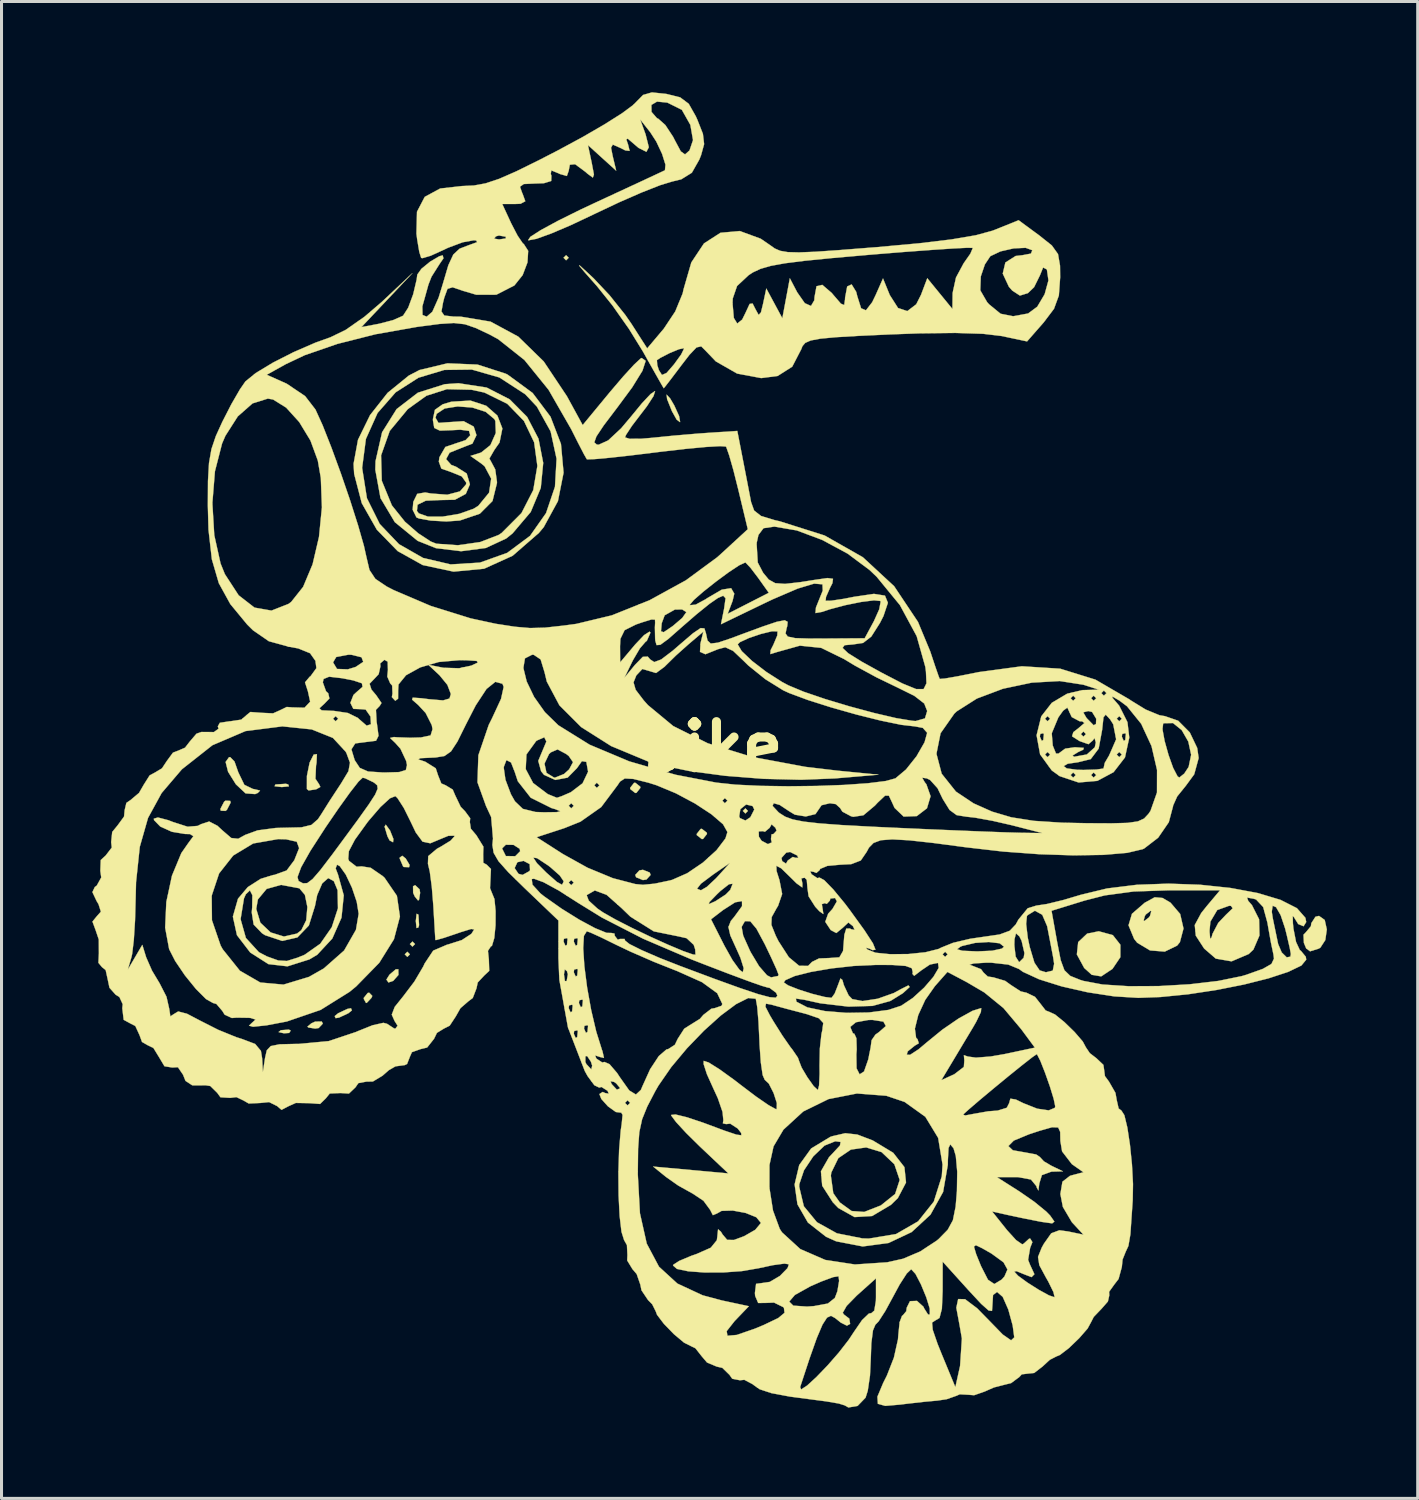
<source format=kicad_pcb>
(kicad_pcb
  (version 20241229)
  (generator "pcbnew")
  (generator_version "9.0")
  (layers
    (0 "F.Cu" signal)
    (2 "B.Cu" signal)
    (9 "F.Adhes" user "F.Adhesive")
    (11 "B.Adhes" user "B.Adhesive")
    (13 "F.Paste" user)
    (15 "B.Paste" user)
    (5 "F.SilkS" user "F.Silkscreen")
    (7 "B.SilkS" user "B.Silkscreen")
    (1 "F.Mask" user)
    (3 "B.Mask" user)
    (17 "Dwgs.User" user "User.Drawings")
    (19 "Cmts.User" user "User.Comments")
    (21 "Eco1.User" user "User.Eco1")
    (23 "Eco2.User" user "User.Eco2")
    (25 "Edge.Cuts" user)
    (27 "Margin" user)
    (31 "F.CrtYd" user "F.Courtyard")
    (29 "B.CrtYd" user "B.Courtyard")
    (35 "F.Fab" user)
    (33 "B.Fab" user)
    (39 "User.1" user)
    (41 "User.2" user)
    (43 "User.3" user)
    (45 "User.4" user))
  (footprint "bike"
    (layer "F.Cu")
    (at 20.492 21.643)
    (property "Reference" "bike" (at 0 0 0) (layer "F.SilkS") (effects (font (size 1.524 1.524) (thickness 0.3))))
    (attr through_hole)
    (fp_poly (pts (xy -9.991 6.858) (xy -10.075 6.943) (xy -10.16 6.858) (xy -10.075 6.773) (xy -9.991 6.858)) (stroke (width 0.01) (type solid)) (fill yes) (layer "F.SilkS"))
    (fp_poly (pts (xy -9.821 6.519) (xy -9.906 6.604) (xy -9.991 6.519) (xy -9.906 6.435) (xy -9.821 6.519)) (stroke (width 0.01) (type solid)) (fill yes) (layer "F.SilkS"))
    (fp_poly (pts (xy -4.741 -16.171) (xy -4.826 -16.087) (xy -4.911 -16.171) (xy -4.826 -16.256) (xy -4.741 -16.171)) (stroke (width 0.01) (type solid)) (fill yes) (layer "F.SilkS"))
    (fp_poly (pts (xy 1.185 2.117) (xy 1.101 2.201) (xy 1.016 2.117) (xy 1.101 2.032) (xy 1.185 2.117)) (stroke (width 0.01) (type solid)) (fill yes) (layer "F.SilkS"))
    (fp_poly (pts (xy -14.012 1.243) (xy -13.991 1.304) (xy -14.224 1.328) (xy -14.464 1.301) (xy -14.436 1.243) (xy -14.089 1.22) (xy -14.012 1.243)) (stroke (width 0.01) (type solid)) (fill yes) (layer "F.SilkS"))
    (fp_poly (pts (xy -13.931 9.38) (xy -13.982 9.457) (xy -14.153 9.469) (xy -14.334 9.428) (xy -14.256 9.367) (xy -13.991 9.347) (xy -13.931 9.38)) (stroke (width 0.01) (type solid)) (fill yes) (layer "F.SilkS"))
    (fp_poly (pts (xy -9.709 5.546) (xy -9.687 5.892) (xy -9.709 5.969) (xy -9.771 5.99) (xy -9.795 5.757) (xy -9.768 5.517) (xy -9.709 5.546)) (stroke (width 0.01) (type solid)) (fill yes) (layer "F.SilkS"))
    (fp_poly (pts (xy -10.647 2.764) (xy -10.535 3.045) (xy -10.547 3.153) (xy -10.662 3.092) (xy -10.732 2.957) (xy -10.828 2.635) (xy -10.788 2.571) (xy -10.647 2.764)) (stroke (width 0.01) (type solid)) (fill yes) (layer "F.SilkS"))
    (fp_poly (pts (xy -10.369 7.539) (xy -10.54 7.734) (xy -10.699 7.789) (xy -10.767 7.693) (xy -10.665 7.531) (xy -10.458 7.354) (xy -10.373 7.351) (xy -10.369 7.539)) (stroke (width 0.01) (type solid)) (fill yes) (layer "F.SilkS"))
    (fp_poly (pts (xy -15.93 1.786) (xy -15.917 1.843) (xy -16.041 2.082) (xy -16.087 2.117) (xy -16.243 2.109) (xy -16.256 2.052) (xy -16.132 1.813) (xy -16.087 1.778) (xy -15.93 1.786)) (stroke (width 0.01) (type solid)) (fill yes) (layer "F.SilkS"))
    (fp_poly (pts (xy -12.869 9.149) (xy -13.007 9.295) (xy -13.123 9.313) (xy -13.349 9.277) (xy -13.377 9.247) (xy -13.245 9.138) (xy -13.123 9.083) (xy -12.905 9.079) (xy -12.869 9.149)) (stroke (width 0.01) (type solid)) (fill yes) (layer "F.SilkS"))
    (fp_poly (pts (xy -11.908 8.711) (xy -12.023 8.805) (xy -12.331 8.949) (xy -12.446 8.969) (xy -12.476 8.9) (xy -12.361 8.805) (xy -12.053 8.662) (xy -11.938 8.641) (xy -11.908 8.711)) (stroke (width 0.01) (type solid)) (fill yes) (layer "F.SilkS"))
    (fp_poly (pts (xy -11.234 8.232) (xy -11.261 8.297) (xy -11.413 8.459) (xy -11.44 8.467) (xy -11.513 8.336) (xy -11.515 8.297) (xy -11.384 8.135) (xy -11.335 8.128) (xy -11.234 8.232)) (stroke (width 0.01) (type solid)) (fill yes) (layer "F.SilkS"))
    (fp_poly (pts (xy -10.129 3.689) (xy -10 3.904) (xy -10.016 3.977) (xy -10.193 3.971) (xy -10.216 3.951) (xy -10.328 3.69) (xy -10.329 3.663) (xy -10.243 3.6) (xy -10.129 3.689)) (stroke (width 0.01) (type solid)) (fill yes) (layer "F.SilkS"))
    (fp_poly (pts (xy -9.67 4.709) (xy -9.652 4.826) (xy -9.688 5.052) (xy -9.719 5.08) (xy -9.828 4.948) (xy -9.883 4.826) (xy -9.886 4.608) (xy -9.816 4.572) (xy -9.67 4.709)) (stroke (width 0.01) (type solid)) (fill yes) (layer "F.SilkS"))
    (fp_poly (pts (xy -2.376 1.314) (xy -2.371 1.355) (xy -2.5 1.519) (xy -2.54 1.524) (xy -2.704 1.395) (xy -2.709 1.355) (xy -2.58 1.19) (xy -2.54 1.185) (xy -2.376 1.314)) (stroke (width 0.01) (type solid)) (fill yes) (layer "F.SilkS"))
    (fp_poly (pts (xy -2.061 4.155) (xy -2.032 4.233) (xy -2.169 4.384) (xy -2.286 4.403) (xy -2.511 4.311) (xy -2.54 4.233) (xy -2.403 4.083) (xy -2.286 4.064) (xy -2.061 4.155)) (stroke (width 0.01) (type solid)) (fill yes) (layer "F.SilkS"))
    (fp_poly (pts (xy -0.174 2.838) (xy -0.169 2.879) (xy -0.298 3.043) (xy -0.339 3.048) (xy -0.503 2.919) (xy -0.508 2.879) (xy -0.379 2.714) (xy -0.339 2.709) (xy -0.174 2.838)) (stroke (width 0.01) (type solid)) (fill yes) (layer "F.SilkS"))
    (fp_poly (pts (xy -1.386 -11.52) (xy -1.25 -11.288) (xy -1.091 -10.939) (xy -1.056 -10.742) (xy -1.06 -10.737) (xy -1.17 -10.818) (xy -1.327 -11.099) (xy -1.487 -11.497) (xy -1.503 -11.647) (xy -1.386 -11.52)) (stroke (width 0.01) (type solid)) (fill yes) (layer "F.SilkS"))
    (fp_poly (pts (xy 13.249 6.223) (xy 13.499 6.541) (xy 13.498 6.953) (xy 13.237 7.34) (xy 12.865 7.587) (xy 12.553 7.536) (xy 12.303 7.31) (xy 12.06 6.862) (xy 12.104 6.454) (xy 12.401 6.173) (xy 12.785 6.096) (xy 13.249 6.223)) (stroke (width 0.01) (type solid)) (fill yes) (layer "F.SilkS"))
    (fp_poly (pts (xy -13.077 0.526) (xy -13.094 0.623) (xy -13.113 1.054) (xy -12.998 1.227) (xy -12.951 1.324) (xy -13.09 1.403) (xy -13.338 1.44) (xy -13.396 1.392) (xy -13.395 0.961) (xy -13.305 0.518) (xy -13.171 0.254) (xy -13.065 0.24) (xy -13.077 0.526)) (stroke (width 0.01) (type solid)) (fill yes) (layer "F.SilkS"))
    (fp_poly (pts (xy -15.789 0.484) (xy -15.666 0.835) (xy -15.666 0.836) (xy -15.463 1.256) (xy -15.186 1.388) (xy -14.944 1.444) (xy -15.018 1.522) (xy -15.107 1.56) (xy -15.423 1.537) (xy -15.742 1.239) (xy -16.001 0.824) (xy -16.083 0.498) (xy -15.971 0.342) (xy -15.931 0.339) (xy -15.789 0.484)) (stroke (width 0.01) (type solid)) (fill yes) (layer "F.SilkS"))
    (fp_poly (pts (xy 20.255 5.723) (xy 20.324 6.036) (xy 20.274 6.387) (xy 20.109 6.64) (xy 20.052 6.671) (xy 19.771 6.759) (xy 19.643 6.665) (xy 19.566 6.48) (xy 19.553 6.21) (xy 19.633 6.127) (xy 19.797 5.93) (xy 19.812 5.828) (xy 19.948 5.616) (xy 20.066 5.588) (xy 20.255 5.723)) (stroke (width 0.01) (type solid)) (fill yes) (layer "F.SilkS"))
    (fp_poly (pts (xy 14.893 4.995) (xy 15.155 5.149) (xy 15.475 5.523) (xy 15.586 6.005) (xy 15.467 6.455) (xy 15.375 6.57) (xy 14.966 6.768) (xy 14.479 6.729) (xy 14.055 6.475) (xy 13.955 6.351) (xy 13.768 5.899) (xy 13.814 5.746) (xy 14.266 5.746) (xy 14.289 5.757) (xy 14.443 5.638) (xy 14.478 5.588) (xy 14.521 5.43) (xy 14.498 5.419) (xy 14.343 5.538) (xy 14.309 5.588) (xy 14.266 5.746) (xy 13.814 5.746) (xy 13.882 5.518) (xy 14.3 5.155) (xy 14.634 4.972) (xy 14.893 4.995)) (stroke (width 0.01) (type solid)) (fill yes) (layer "F.SilkS"))
    (fp_poly (pts (xy -7.453 -11.88) (xy -6.691 -11.49) (xy -6.114 -10.908) (xy -5.739 -10.189) (xy -5.583 -9.389) (xy -5.663 -8.563) (xy -5.995 -7.768) (xy -6.597 -7.058) (xy -6.809 -6.888) (xy -7.481 -6.576) (xy -8.297 -6.469) (xy -9.128 -6.57) (xy -9.733 -6.812) (xy -10.489 -7.43) (xy -10.962 -8.224) (xy -11.134 -9.163) (xy -11.126 -9.447) (xy -11.083 -9.638) (xy -10.943 -9.638) (xy -10.92 -8.799) (xy -10.586 -7.984) (xy -10.156 -7.446) (xy -9.714 -7.061) (xy -9.298 -6.789) (xy -9.115 -6.717) (xy -8.404 -6.667) (xy -7.666 -6.772) (xy -7.059 -7.006) (xy -6.957 -7.073) (xy -6.301 -7.731) (xy -5.912 -8.489) (xy -5.776 -9.289) (xy -5.883 -10.07) (xy -6.219 -10.775) (xy -6.771 -11.343) (xy -7.528 -11.715) (xy -7.956 -11.807) (xy -8.769 -11.826) (xy -9.445 -11.609) (xy -10.062 -11.165) (xy -10.657 -10.446) (xy -10.943 -9.638) (xy -11.083 -9.638) (xy -10.909 -10.403) (xy -10.429 -11.169) (xy -9.726 -11.71) (xy -8.837 -11.991) (xy -8.382 -12.023) (xy -7.453 -11.88)) (stroke (width 0.01) (type solid)) (fill yes) (layer "F.SilkS"))
    (fp_poly (pts (xy -7.754 -12.639) (xy -6.821 -12.338) (xy -6.758 -12.306) (xy -5.932 -11.7) (xy -5.341 -10.915) (xy -4.996 -10.015) (xy -4.91 -9.064) (xy -5.096 -8.126) (xy -5.566 -7.265) (xy -5.725 -7.075) (xy -6.594 -6.319) (xy -7.537 -5.891) (xy -8.547 -5.794) (xy -9.567 -6.012) (xy -10.394 -6.473) (xy -11.084 -7.182) (xy -11.582 -8.059) (xy -11.833 -9.023) (xy -11.845 -9.224) (xy -11.57 -9.224) (xy -11.411 -8.221) (xy -10.988 -7.37) (xy -10.352 -6.702) (xy -9.554 -6.246) (xy -8.644 -6.033) (xy -7.675 -6.093) (xy -6.773 -6.415) (xy -6.018 -6.977) (xy -5.489 -7.729) (xy -5.194 -8.601) (xy -5.141 -9.525) (xy -5.338 -10.431) (xy -5.793 -11.251) (xy -6.177 -11.658) (xy -7.032 -12.214) (xy -7.94 -12.474) (xy -8.85 -12.463) (xy -9.708 -12.205) (xy -10.462 -11.722) (xy -11.059 -11.04) (xy -11.445 -10.181) (xy -11.57 -9.224) (xy -11.845 -9.224) (xy -11.852 -9.361) (xy -11.706 -10.154) (xy -11.308 -10.968) (xy -10.726 -11.707) (xy -10.026 -12.276) (xy -9.674 -12.459) (xy -8.749 -12.681) (xy -7.754 -12.639)) (stroke (width 0.01) (type solid)) (fill yes) (layer "F.SilkS"))
    (fp_poly (pts (xy -7.467 -11.278) (xy -7.097 -10.952) (xy -6.933 -10.527) (xy -7.027 -10.062) (xy -7.195 -9.823) (xy -7.362 -9.533) (xy -7.292 -9.405) (xy -7.169 -9.174) (xy -7.112 -8.763) (xy -7.112 -8.723) (xy -7.259 -8.129) (xy -7.678 -7.709) (xy -8.341 -7.484) (xy -8.786 -7.453) (xy -9.301 -7.482) (xy -9.685 -7.55) (xy -9.773 -7.586) (xy -9.879 -7.801) (xy -9.758 -7.801) (xy -9.697 -7.721) (xy -9.393 -7.613) (xy -8.904 -7.614) (xy -8.359 -7.705) (xy -7.886 -7.872) (xy -7.728 -7.971) (xy -7.373 -8.404) (xy -7.303 -8.869) (xy -7.522 -9.28) (xy -7.635 -9.372) (xy -7.988 -9.62) (xy -7.635 -9.732) (xy -7.329 -9.976) (xy -7.15 -10.378) (xy -7.165 -10.774) (xy -7.197 -10.838) (xy -7.486 -11.078) (xy -7.926 -11.219) (xy -8.412 -11.256) (xy -8.84 -11.188) (xy -9.105 -11.013) (xy -9.144 -10.882) (xy -9.045 -10.711) (xy -8.734 -10.734) (xy -8.213 -10.768) (xy -7.88 -10.588) (xy -7.789 -10.307) (xy -7.923 -10.026) (xy -8.297 -9.881) (xy -8.679 -9.726) (xy -8.794 -9.514) (xy -8.622 -9.321) (xy -8.468 -9.264) (xy -8.112 -9.038) (xy -8.006 -8.681) (xy -8.142 -8.365) (xy -8.503 -8.171) (xy -9.004 -8.16) (xy -9.464 -8.14) (xy -9.737 -8.007) (xy -9.758 -7.801) (xy -9.879 -7.801) (xy -9.899 -7.84) (xy -9.878 -8.1) (xy -9.748 -8.366) (xy -9.485 -8.412) (xy -9.295 -8.378) (xy -8.754 -8.337) (xy -8.336 -8.447) (xy -8.134 -8.678) (xy -8.128 -8.736) (xy -8.274 -8.942) (xy -8.609 -9.079) (xy -8.95 -9.2) (xy -9.034 -9.43) (xy -9.015 -9.574) (xy -8.818 -9.916) (xy -8.504 -10.023) (xy -8.15 -10.141) (xy -7.995 -10.302) (xy -8.036 -10.447) (xy -8.326 -10.486) (xy -8.575 -10.472) (xy -8.999 -10.456) (xy -9.185 -10.545) (xy -9.228 -10.793) (xy -9.229 -10.838) (xy -9.163 -11.144) (xy -8.906 -11.326) (xy -8.622 -11.411) (xy -7.992 -11.45) (xy -7.467 -11.278)) (stroke (width 0.01) (type solid)) (fill yes) (layer "F.SilkS"))
    (fp_poly (pts (xy 10.824 -16.904) (xy 11.233 -16.578) (xy 11.437 -16.293) (xy 11.504 -15.908) (xy 11.508 -15.522) (xy 11.465 -14.924) (xy 11.305 -14.485) (xy 10.962 -14.031) (xy 10.958 -14.027) (xy 10.414 -13.406) (xy 9.567 -13.585) (xy 8.959 -13.657) (xy 8.043 -13.686) (xy 6.848 -13.672) (xy 5.89 -13.637) (xy 4.85 -13.589) (xy 4.098 -13.545) (xy 3.585 -13.497) (xy 3.262 -13.437) (xy 3.08 -13.357) (xy 2.988 -13.249) (xy 2.949 -13.148) (xy 2.65 -12.57) (xy 2.167 -12.263) (xy 1.625 -12.193) (xy 0.829 -12.342) (xy 0.124 -12.745) (xy -0.219 -13.103) (xy -0.359 -13.242) (xy -0.515 -13.207) (xy -0.749 -12.961) (xy -1.009 -12.624) (xy -1.323 -12.208) (xy -1.537 -11.93) (xy -1.598 -11.857) (xy -1.679 -11.995) (xy -1.886 -12.36) (xy -2.126 -12.786) (xy -1.824 -12.786) (xy -1.812 -12.621) (xy -1.758 -12.455) (xy -1.657 -12.296) (xy -1.505 -12.362) (xy -1.261 -12.643) (xy -1.024 -12.97) (xy -0.928 -13.165) (xy -0.932 -13.179) (xy -1.093 -13.148) (xy -1.403 -13.02) (xy -1.71 -12.862) (xy -1.824 -12.786) (xy -2.126 -12.786) (xy -2.179 -12.881) (xy -2.286 -13.072) (xy -2.745 -13.816) (xy -3.293 -14.594) (xy -3.801 -15.227) (xy -4.209 -15.689) (xy -4.398 -15.914) (xy -4.373 -15.913) (xy -4.142 -15.703) (xy -3.919 -15.494) (xy -3.391 -14.934) (xy -2.873 -14.286) (xy -2.672 -13.996) (xy -2.145 -13.175) (xy -1.596 -13.826) (xy -1.218 -14.395) (xy -1.107 -14.664) (xy 0.677 -14.664) (xy 0.719 -14.181) (xy 0.832 -13.997) (xy 0.995 -14.127) (xy 1.101 -14.341) (xy 1.242 -14.645) (xy 1.339 -14.659) (xy 1.434 -14.472) (xy 1.54 -14.28) (xy 1.616 -14.365) (xy 1.685 -14.647) (xy 1.793 -15.155) (xy 2.058 -14.663) (xy 2.323 -14.171) (xy 2.447 -14.832) (xy 2.571 -15.493) (xy 2.815 -15.028) (xy 3.065 -14.67) (xy 3.27 -14.578) (xy 3.38 -14.765) (xy 3.387 -14.873) (xy 3.453 -15.23) (xy 3.645 -15.275) (xy 3.956 -15.008) (xy 4.006 -14.948) (xy 4.26 -14.653) (xy 4.368 -14.608) (xy 4.396 -14.798) (xy 4.397 -14.849) (xy 4.467 -15.222) (xy 4.614 -15.29) (xy 4.765 -15.044) (xy 4.801 -14.899) (xy 4.927 -14.501) (xy 5.087 -14.434) (xy 5.293 -14.7) (xy 5.409 -14.94) (xy 5.651 -15.487) (xy 5.874 -14.94) (xy 6.148 -14.51) (xy 6.455 -14.408) (xy 6.749 -14.632) (xy 6.907 -14.944) (xy 7.115 -15.494) (xy 7.946 -14.478) (xy 7.953 -15.005) (xy 7.972 -15.096) (xy 8.867 -15.096) (xy 9.093 -14.704) (xy 9.157 -14.633) (xy 9.539 -14.32) (xy 9.954 -14.238) (xy 10.449 -14.329) (xy 10.751 -14.553) (xy 10.995 -14.965) (xy 11.121 -15.423) (xy 11.069 -15.784) (xy 11.068 -15.785) (xy 10.944 -15.849) (xy 10.841 -15.593) (xy 10.646 -15.198) (xy 10.442 -15.002) (xy 10.177 -14.921) (xy 9.925 -15.086) (xy 9.813 -15.213) (xy 9.61 -15.647) (xy 9.697 -16.014) (xy 10.037 -16.23) (xy 10.261 -16.256) (xy 10.542 -16.309) (xy 10.587 -16.42) (xy 10.367 -16.5) (xy 9.97 -16.481) (xy 9.535 -16.382) (xy 9.201 -16.224) (xy 9.197 -16.22) (xy 9.019 -15.951) (xy 8.884 -15.553) (xy 8.867 -15.096) (xy 7.972 -15.096) (xy 8.064 -15.517) (xy 8.317 -15.988) (xy 8.54 -16.306) (xy 8.618 -16.489) (xy 8.613 -16.498) (xy 8.433 -16.501) (xy 7.968 -16.478) (xy 7.268 -16.431) (xy 6.385 -16.366) (xy 5.371 -16.284) (xy 5.148 -16.265) (xy 3.965 -16.161) (xy 3.069 -16.072) (xy 2.411 -15.989) (xy 1.939 -15.903) (xy 1.604 -15.806) (xy 1.354 -15.69) (xy 1.211 -15.597) (xy 0.826 -15.238) (xy 0.684 -14.826) (xy 0.677 -14.664) (xy -1.107 -14.664) (xy -0.973 -14.99) (xy -0.942 -15.131) (xy -0.686 -16.017) (xy -0.268 -16.645) (xy 0.278 -16.997) (xy 0.915 -17.055) (xy 1.608 -16.801) (xy 1.915 -16.59) (xy 2.073 -16.478) (xy 2.25 -16.401) (xy 2.499 -16.358) (xy 2.871 -16.348) (xy 3.418 -16.37) (xy 4.19 -16.423) (xy 5.24 -16.506) (xy 5.437 -16.521) (xy 6.831 -16.648) (xy 7.915 -16.778) (xy 8.718 -16.915) (xy 9.269 -17.065) (xy 9.343 -17.093) (xy 10.134 -17.412) (xy 10.824 -16.904)) (stroke (width 0.01) (type solid)) (fill yes) (layer "F.SilkS"))
    (fp_poly (pts (xy -1.515 -21.588) (xy -1.512 -21.588) (xy -1.055 -21.474) (xy -0.772 -21.262) (xy -0.537 -20.847) (xy -0.491 -20.745) (xy -0.303 -20.268) (xy -0.263 -19.928) (xy -0.364 -19.562) (xy -0.423 -19.416) (xy -0.669 -18.982) (xy -1.018 -18.765) (xy -1.311 -18.694) (xy -1.707 -18.574) (xy -2.321 -18.333) (xy -3.072 -18.005) (xy -3.876 -17.625) (xy -3.917 -17.605) (xy -4.669 -17.25) (xy -5.319 -16.973) (xy -5.806 -16.797) (xy -6.065 -16.749) (xy -6.081 -16.755) (xy -6.007 -16.864) (xy -5.665 -17.084) (xy -5.099 -17.391) (xy -4.353 -17.761) (xy -3.942 -17.954) (xy -3.13 -18.331) (xy -2.433 -18.654) (xy -1.908 -18.899) (xy -1.607 -19.04) (xy -1.558 -19.064) (xy -1.541 -19.248) (xy -1.652 -19.604) (xy -1.845 -20.014) (xy -2.043 -20.32) (xy -2.376 -20.743) (xy -2.199 -20.254) (xy -2.091 -19.826) (xy -2.171 -19.674) (xy -2.431 -19.804) (xy -2.546 -19.902) (xy -2.787 -20.109) (xy -2.836 -20.085) (xy -2.776 -19.91) (xy -2.726 -19.704) (xy -2.868 -19.72) (xy -3.028 -19.801) (xy -3.282 -19.913) (xy -3.341 -19.809) (xy -3.284 -19.525) (xy -3.17 -19.05) (xy -3.637 -19.473) (xy -4.104 -19.897) (xy -3.978 -19.304) (xy -3.906 -18.922) (xy -3.942 -18.821) (xy -4.121 -18.952) (xy -4.183 -19.008) (xy -4.528 -19.264) (xy -4.703 -19.247) (xy -4.741 -19.044) (xy -4.801 -18.875) (xy -5.033 -18.941) (xy -5.076 -18.963) (xy -5.315 -19.06) (xy -5.333 -18.943) (xy -5.312 -18.885) (xy -5.318 -18.71) (xy -5.559 -18.636) (xy -5.83 -18.627) (xy -6.226 -18.609) (xy -6.351 -18.519) (xy -6.275 -18.305) (xy -6.265 -18.288) (xy -6.175 -18.039) (xy -6.332 -17.956) (xy -6.511 -17.949) (xy -6.937 -17.949) (xy -6.644 -17.314) (xy -6.431 -16.904) (xy -6.259 -16.651) (xy -6.223 -16.623) (xy -6.08 -16.4) (xy -6.103 -16.018) (xy -6.262 -15.599) (xy -6.531 -15.261) (xy -6.542 -15.252) (xy -7.132 -14.95) (xy -7.794 -14.948) (xy -8.225 -15.075) (xy -8.577 -15.195) (xy -8.747 -15.144) (xy -8.853 -14.856) (xy -8.895 -14.689) (xy -8.947 -14.395) (xy -8.854 -14.262) (xy -8.535 -14.225) (xy -8.31 -14.224) (xy -7.323 -14.059) (xy -6.407 -13.564) (xy -5.565 -12.742) (xy -4.8 -11.595) (xy -4.771 -11.542) (xy -4.278 -10.639) (xy -3.367 -11.743) (xy -2.937 -12.247) (xy -2.583 -12.634) (xy -2.363 -12.84) (xy -2.328 -12.858) (xy -2.195 -12.763) (xy -2.301 -12.437) (xy -2.641 -11.886) (xy -3.145 -11.205) (xy -3.583 -10.627) (xy -3.825 -10.263) (xy -3.894 -10.067) (xy -3.81 -9.995) (xy -3.747 -9.991) (xy -3.435 -10.133) (xy -3.007 -10.532) (xy -2.684 -10.915) (xy -2.317 -11.362) (xy -2.032 -11.666) (xy -1.887 -11.764) (xy -1.884 -11.762) (xy -1.936 -11.598) (xy -2.152 -11.265) (xy -2.342 -11.017) (xy -2.65 -10.613) (xy -2.844 -10.317) (xy -2.879 -10.233) (xy -2.727 -10.186) (xy -2.338 -10.188) (xy -1.99 -10.218) (xy -1.271 -10.29) (xy -0.471 -10.358) (xy -0.134 -10.382) (xy 0.834 -10.446) (xy 1.018 -9.499) (xy 1.138 -8.882) (xy 1.244 -8.333) (xy 1.289 -8.097) (xy 1.39 -7.814) (xy 1.619 -7.634) (xy 2.067 -7.497) (xy 2.239 -7.458) (xy 3.72 -6.989) (xy 4.985 -6.27) (xy 6.019 -5.313) (xy 6.807 -4.133) (xy 7.212 -3.158) (xy 7.375 -2.668) (xy 7.491 -2.334) (xy 7.527 -2.246) (xy 7.695 -2.26) (xy 8.11 -2.332) (xy 8.69 -2.447) (xy 8.817 -2.473) (xy 10.242 -2.665) (xy 11.509 -2.585) (xy 12.675 -2.223) (xy 13.799 -1.569) (xy 13.842 -1.538) (xy 14.335 -1.235) (xy 14.79 -1.047) (xy 14.972 -1.016) (xy 15.41 -0.865) (xy 15.793 -0.479) (xy 16.039 0.036) (xy 16.087 0.369) (xy 15.94 0.907) (xy 15.663 1.285) (xy 15.377 1.639) (xy 15.242 1.94) (xy 15.24 1.963) (xy 15.1 2.49) (xy 14.748 3.003) (xy 14.284 3.36) (xy 14.236 3.382) (xy 13.723 3.503) (xy 12.94 3.57) (xy 11.953 3.586) (xy 10.827 3.549) (xy 9.626 3.461) (xy 8.417 3.322) (xy 8.416 3.322) (xy 7.327 3.178) (xy 6.524 3.089) (xy 5.957 3.057) (xy 5.578 3.086) (xy 5.337 3.176) (xy 5.187 3.33) (xy 5.111 3.471) (xy 4.917 3.755) (xy 4.603 3.876) (xy 4.237 3.895) (xy 3.812 3.934) (xy 3.574 4.033) (xy 3.556 4.074) (xy 3.449 4.168) (xy 3.361 4.132) (xy 3.245 4.112) (xy 3.288 4.21) (xy 3.481 4.339) (xy 3.552 4.321) (xy 3.709 4.407) (xy 4.007 4.713) (xy 4.392 5.18) (xy 4.556 5.397) (xy 5.039 6.065) (xy 5.318 6.494) (xy 5.403 6.705) (xy 5.306 6.721) (xy 5.207 6.672) (xy 5.09 6.639) (xy 5.129 6.696) (xy 5.403 6.805) (xy 5.893 6.855) (xy 6.482 6.849) (xy 7.052 6.79) (xy 7.451 6.69) (xy 8.1 6.69) (xy 8.275 6.74) (xy 8.763 6.761) (xy 9.26 6.739) (xy 9.582 6.669) (xy 9.652 6.604) (xy 9.597 6.562) (xy 9.993 6.562) (xy 10.037 6.936) (xy 10.147 7.11) (xy 10.16 7.112) (xy 10.302 6.972) (xy 10.327 6.816) (xy 10.233 6.41) (xy 10.16 6.265) (xy 10.048 6.166) (xy 9.999 6.356) (xy 9.993 6.562) (xy 9.597 6.562) (xy 9.506 6.493) (xy 9.149 6.451) (xy 8.699 6.48) (xy 8.277 6.579) (xy 8.213 6.604) (xy 8.1 6.69) (xy 7.451 6.69) (xy 7.487 6.681) (xy 7.583 6.633) (xy 7.967 6.478) (xy 8.537 6.343) (xy 8.936 6.285) (xy 9.507 6.202) (xy 9.843 6.078) (xy 10.046 5.864) (xy 10.052 5.852) (xy 10.383 5.852) (xy 10.437 6.308) (xy 10.501 6.612) (xy 10.657 7.134) (xy 10.83 7.389) (xy 11.037 7.451) (xy 11.264 7.397) (xy 11.309 7.171) (xy 11.274 6.943) (xy 11.164 6.37) (xy 11.078 5.927) (xy 10.916 5.55) (xy 10.677 5.418) (xy 11.223 5.418) (xy 11.412 6.471) (xy 11.525 7.048) (xy 11.648 7.384) (xy 11.843 7.572) (xy 12.174 7.705) (xy 12.277 7.737) (xy 12.908 7.856) (xy 13.77 7.912) (xy 14.763 7.908) (xy 15.784 7.849) (xy 16.734 7.738) (xy 17.512 7.579) (xy 17.663 7.534) (xy 18.21 7.339) (xy 18.493 7.177) (xy 18.577 7) (xy 18.56 6.866) (xy 18.478 6.477) (xy 18.383 5.946) (xy 18.361 5.814) (xy 18.262 5.449) (xy 18.504 5.449) (xy 18.539 5.673) (xy 18.648 6.198) (xy 18.715 6.519) (xy 18.833 6.796) (xy 18.999 6.958) (xy 19.119 6.935) (xy 19.135 6.848) (xy 19.097 6.641) (xy 19.001 6.226) (xy 18.945 6.002) (xy 18.798 5.563) (xy 18.646 5.3) (xy 18.534 5.251) (xy 18.504 5.449) (xy 18.262 5.449) (xy 18.22 5.295) (xy 17.987 5.047) (xy 17.914 5.022) (xy 17.687 4.981) (xy 17.725 5.09) (xy 17.849 5.232) (xy 18.085 5.7) (xy 18.097 6.236) (xy 17.897 6.702) (xy 17.742 6.848) (xy 17.175 7.09) (xy 16.654 7) (xy 16.268 6.666) (xy 15.992 6.241) (xy 15.977 6.088) (xy 16.445 6.088) (xy 16.469 6.353) (xy 16.515 6.296) (xy 16.545 6.181) (xy 16.735 5.819) (xy 16.991 5.549) (xy 17.212 5.337) (xy 17.156 5.257) (xy 17.094 5.253) (xy 16.701 5.394) (xy 16.475 5.777) (xy 16.445 6.088) (xy 15.977 6.088) (xy 15.958 5.889) (xy 16.172 5.493) (xy 16.356 5.262) (xy 16.794 4.741) (xy 15.104 4.741) (xy 13.936 4.781) (xy 12.981 4.91) (xy 12.318 5.08) (xy 11.223 5.418) (xy 10.677 5.418) (xy 10.674 5.416) (xy 10.431 5.564) (xy 10.409 5.596) (xy 10.383 5.852) (xy 10.052 5.852) (xy 10.125 5.715) (xy 10.435 5.336) (xy 10.72 5.247) (xy 11.068 5.195) (xy 11.614 5.062) (xy 12.192 4.89) (xy 13.06 4.68) (xy 14.043 4.559) (xy 15.087 4.521) (xy 16.137 4.558) (xy 17.141 4.664) (xy 18.045 4.833) (xy 18.794 5.058) (xy 19.336 5.333) (xy 19.616 5.651) (xy 19.643 5.79) (xy 19.556 5.93) (xy 19.378 5.857) (xy 19.237 5.63) (xy 19.197 5.589) (xy 19.203 5.829) (xy 19.221 6.01) (xy 19.307 6.45) (xy 19.431 6.717) (xy 19.469 6.744) (xy 19.629 6.939) (xy 19.643 7.034) (xy 19.484 7.228) (xy 19.048 7.438) (xy 18.396 7.652) (xy 17.587 7.856) (xy 16.681 8.036) (xy 15.739 8.179) (xy 14.82 8.27) (xy 14.092 8.297) (xy 13.295 8.248) (xy 12.42 8.114) (xy 11.562 7.919) (xy 10.816 7.685) (xy 10.277 7.437) (xy 10.147 7.343) (xy 9.795 7.198) (xy 9.234 7.135) (xy 9.046 7.135) (xy 8.65 7.16) (xy 8.511 7.2) (xy 8.594 7.232) (xy 8.891 7.348) (xy 8.975 7.462) (xy 9.116 7.592) (xy 9.301 7.62) (xy 9.689 7.735) (xy 9.882 7.874) (xy 10.207 8.085) (xy 10.396 8.128) (xy 10.676 8.263) (xy 10.836 8.465) (xy 11.029 8.714) (xy 11.15 8.761) (xy 11.338 8.847) (xy 11.649 9.099) (xy 11.986 9.427) (xy 12.255 9.739) (xy 12.361 9.937) (xy 12.489 10.126) (xy 12.707 10.294) (xy 12.937 10.512) (xy 12.959 10.66) (xy 12.988 10.884) (xy 13.122 11.066) (xy 13.336 11.439) (xy 13.377 11.672) (xy 13.441 11.954) (xy 13.533 12.023) (xy 13.631 12.177) (xy 13.729 12.584) (xy 13.816 13.157) (xy 13.882 13.808) (xy 13.916 14.452) (xy 13.907 14.986) (xy 13.868 15.555) (xy 13.834 16.06) (xy 13.83 16.115) (xy 13.764 16.498) (xy 13.674 16.693) (xy 13.571 16.95) (xy 13.547 17.195) (xy 13.439 17.591) (xy 13.295 17.778) (xy 13.126 18.015) (xy 13.132 18.133) (xy 13.086 18.336) (xy 12.877 18.575) (xy 12.619 18.844) (xy 12.531 19.016) (xy 12.415 19.23) (xy 12.136 19.55) (xy 11.797 19.876) (xy 11.501 20.103) (xy 11.385 20.151) (xy 11.165 20.264) (xy 10.926 20.485) (xy 10.648 20.699) (xy 10.457 20.718) (xy 10.239 20.744) (xy 10.157 20.833) (xy 9.886 21.034) (xy 9.71 21.077) (xy 9.317 21.178) (xy 9.014 21.312) (xy 8.665 21.434) (xy 8.463 21.419) (xy 8.189 21.404) (xy 8.086 21.45) (xy 7.757 21.566) (xy 7.451 21.612) (xy 7.022 21.651) (xy 6.447 21.716) (xy 6.223 21.744) (xy 5.725 21.787) (xy 5.481 21.718) (xy 5.466 21.484) (xy 5.656 21.031) (xy 5.78 20.784) (xy 6.011 20.194) (xy 6.146 19.59) (xy 6.158 19.436) (xy 6.199 19.033) (xy 7.273 19.033) (xy 7.295 19.272) (xy 7.454 19.734) (xy 7.588 20.067) (xy 8.043 21.168) (xy 8.199 20.467) (xy 8.259 19.56) (xy 8.183 19.122) (xy 8.075 18.542) (xy 8.136 18.255) (xy 8.366 18.261) (xy 8.763 18.56) (xy 9.15 18.955) (xy 9.611 19.429) (xy 9.886 19.62) (xy 9.991 19.522) (xy 9.938 19.128) (xy 9.793 18.599) (xy 9.61 18.184) (xy 9.422 18.02) (xy 9.289 18.122) (xy 9.267 18.476) (xy 9.255 18.647) (xy 9.144 18.634) (xy 8.895 18.412) (xy 8.47 17.955) (xy 8.465 17.949) (xy 7.624 17.018) (xy 7.622 17.992) (xy 7.598 18.575) (xy 7.519 18.88) (xy 7.376 18.965) (xy 7.273 19.033) (xy 6.199 19.033) (xy 6.199 19.025) (xy 6.281 18.807) (xy 6.305 18.796) (xy 6.42 18.658) (xy 6.435 18.542) (xy 6.543 18.325) (xy 6.774 18.316) (xy 6.987 18.508) (xy 7.013 18.566) (xy 7.139 18.764) (xy 7.199 18.766) (xy 7.196 18.568) (xy 7.082 18.197) (xy 6.908 17.775) (xy 6.726 17.425) (xy 6.585 17.272) (xy 6.581 17.272) (xy 6.436 17.411) (xy 6.203 17.772) (xy 5.993 18.161) (xy 5.728 18.649) (xy 5.505 18.994) (xy 5.397 19.106) (xy 5.319 19.292) (xy 5.265 19.717) (xy 5.249 20.176) (xy 5.221 20.782) (xy 5.147 21.287) (xy 5.074 21.516) (xy 4.812 21.787) (xy 4.508 21.84) (xy 4.385 21.77) (xy 4.188 21.709) (xy 3.767 21.637) (xy 3.468 21.598) (xy 2.573 21.48) (xy 1.96 21.365) (xy 1.573 21.237) (xy 1.473 21.167) (xy 2.911 21.167) (xy 2.946 21.243) (xy 3.145 21.113) (xy 3.453 20.83) (xy 3.82 20.448) (xy 4.192 20.022) (xy 4.516 19.605) (xy 4.687 19.346) (xy 4.958 18.951) (xy 5.184 18.735) (xy 5.265 18.721) (xy 5.363 18.637) (xy 5.416 18.31) (xy 5.419 18.194) (xy 5.419 17.571) (xy 4.782 18.141) (xy 4.448 18.483) (xy 4.32 18.709) (xy 4.359 18.766) (xy 4.537 18.902) (xy 4.564 19.077) (xy 4.458 19.135) (xy 4.256 19.034) (xy 4.066 18.882) (xy 3.932 18.809) (xy 3.8 18.869) (xy 3.65 19.101) (xy 3.462 19.544) (xy 3.217 20.236) (xy 2.911 21.167) (xy 1.473 21.167) (xy 1.356 21.084) (xy 1.348 21.074) (xy 1.066 20.925) (xy 0.92 20.94) (xy 0.667 20.89) (xy 0.576 20.761) (xy 0.339 20.53) (xy 0.157 20.489) (xy -0.167 20.353) (xy -0.339 20.151) (xy -0.551 19.882) (xy -0.696 19.812) (xy -0.927 19.696) (xy -1.261 19.416) (xy -1.593 19.074) (xy -1.82 18.775) (xy -1.863 18.66) (xy -1.979 18.428) (xy -2.117 18.288) (xy -2.334 17.965) (xy -2.371 17.78) (xy -2.493 17.428) (xy -2.632 17.266) (xy -2.807 16.978) (xy -2.799 16.8) (xy -2.815 16.472) (xy -2.91 16.303) (xy -2.995 16.032) (xy -3.056 15.511) (xy -3.091 14.828) (xy -3.097 14.139) (xy -2.455 14.139) (xy -2.385 15.419) (xy -2.16 16.423) (xy -1.755 17.186) (xy -1.147 17.743) (xy -0.312 18.131) (xy 0.324 18.301) (xy 1.216 18.492) (xy 0.745 18.983) (xy 0.483 19.316) (xy 0.508 19.469) (xy 0.819 19.441) (xy 1.417 19.234) (xy 1.707 19.113) (xy 2.188 18.883) (xy 2.395 18.711) (xy 2.376 18.551) (xy 2.354 18.522) (xy 2.048 18.372) (xy 1.801 18.382) (xy 1.525 18.386) (xy 1.505 18.339) (xy 2.55 18.339) (xy 2.685 18.473) (xy 3.138 18.504) (xy 3.369 18.488) (xy 3.828 18.403) (xy 4.059 18.219) (xy 4.143 17.998) (xy 4.2 17.655) (xy 4.182 17.502) (xy 4.004 17.53) (xy 3.617 17.673) (xy 3.249 17.834) (xy 2.737 18.12) (xy 2.55 18.339) (xy 1.505 18.339) (xy 1.424 18.151) (xy 1.416 18.054) (xy 1.455 17.752) (xy 1.634 17.728) (xy 1.908 17.688) (xy 2.245 17.489) (xy 2.495 17.233) (xy 2.54 17.106) (xy 2.391 17.083) (xy 2.004 17.136) (xy 1.535 17.237) (xy 0.987 17.331) (xy 0.364 17.376) (xy -0.254 17.377) (xy -0.789 17.337) (xy -1.161 17.259) (xy -1.291 17.146) (xy -1.281 17.12) (xy -1.084 16.993) (xy -0.685 16.825) (xy -0.516 16.767) (xy -0.043 16.558) (xy 0.157 16.311) (xy 0.174 16.187) (xy 0.198 15.948) (xy 0.291 16.027) (xy 0.347 16.12) (xy 0.499 16.298) (xy 0.723 16.302) (xy 1.061 16.176) (xy 1.427 15.966) (xy 1.605 15.753) (xy 1.609 15.728) (xy 1.462 15.55) (xy 1.109 15.408) (xy 0.683 15.329) (xy 0.316 15.34) (xy 0.158 15.428) (xy 0.026 15.482) (xy -0.064 15.305) (xy -0.284 15.006) (xy -0.633 14.773) (xy -0.983 14.578) (xy 1.896 14.578) (xy 2.014 15.329) (xy 2.237 15.934) (xy 2.313 16.051) (xy 2.917 16.603) (xy 3.743 16.962) (xy 4.723 17.112) (xy 5.792 17.04) (xy 6.317 16.922) (xy 6.881 16.682) (xy 7.126 16.521) (xy 8.657 16.521) (xy 8.732 16.774) (xy 8.892 17.167) (xy 9.122 17.617) (xy 9.332 17.758) (xy 9.574 17.612) (xy 9.667 17.508) (xy 9.766 17.277) (xy 9.636 17.041) (xy 9.242 16.754) (xy 8.932 16.576) (xy 8.722 16.475) (xy 8.657 16.521) (xy 7.126 16.521) (xy 7.425 16.325) (xy 7.493 16.268) (xy 7.79 15.965) (xy 7.962 15.649) (xy 8.02 15.359) (xy 9.259 15.359) (xy 9.752 15.977) (xy 10.049 16.304) (xy 10.253 16.446) (xy 10.301 16.425) (xy 10.481 16.26) (xy 10.519 16.256) (xy 10.59 16.374) (xy 10.516 16.561) (xy 10.448 16.959) (xy 10.508 17.112) (xy 10.657 17.434) (xy 10.563 17.53) (xy 10.329 17.441) (xy 10.068 17.334) (xy 9.991 17.348) (xy 10.118 17.486) (xy 10.425 17.71) (xy 10.802 17.949) (xy 11.137 18.133) (xy 11.319 18.194) (xy 11.324 18.191) (xy 11.286 18.025) (xy 11.116 17.678) (xy 11.034 17.535) (xy 10.819 17.135) (xy 10.776 16.862) (xy 10.897 16.559) (xy 10.971 16.425) (xy 11.214 16.081) (xy 11.482 15.981) (xy 11.769 16.02) (xy 12.277 16.126) (xy 11.896 15.715) (xy 11.598 15.21) (xy 11.515 14.783) (xy 11.583 14.376) (xy 11.832 14.182) (xy 11.896 14.163) (xy 12.277 14.063) (xy 11.896 13.795) (xy 11.572 13.374) (xy 11.515 13.029) (xy 11.509 12.728) (xy 11.442 12.582) (xy 11.24 12.575) (xy 10.83 12.692) (xy 10.477 12.808) (xy 9.975 13.016) (xy 9.796 13.197) (xy 9.943 13.336) (xy 10.379 13.413) (xy 10.714 13.475) (xy 10.837 13.558) (xy 10.971 13.703) (xy 11.218 13.848) (xy 11.599 14.032) (xy 11.218 14.043) (xy 10.904 14.158) (xy 10.818 14.436) (xy 10.789 14.665) (xy 10.734 14.568) (xy 10.721 14.52) (xy 10.543 14.303) (xy 10.121 14.225) (xy 10.03 14.224) (xy 9.416 14.224) (xy 10.169 14.703) (xy 10.655 15.04) (xy 11.048 15.362) (xy 11.176 15.493) (xy 11.317 15.694) (xy 11.245 15.753) (xy 10.904 15.705) (xy 10.837 15.693) (xy 10.268 15.58) (xy 9.752 15.47) (xy 9.259 15.359) (xy 8.02 15.359) (xy 8.052 15.202) (xy 8.095 14.688) (xy 8.105 14.047) (xy 8.058 13.525) (xy 7.982 13.268) (xy 7.875 13.142) (xy 7.818 13.26) (xy 7.796 13.664) (xy 7.794 13.818) (xy 7.638 14.714) (xy 7.22 15.466) (xy 6.599 16.04) (xy 5.833 16.402) (xy 4.982 16.516) (xy 4.105 16.347) (xy 3.771 16.198) (xy 3.169 15.726) (xy 2.823 15.124) (xy 2.729 14.466) (xy 2.881 13.825) (xy 3.276 13.277) (xy 3.909 12.894) (xy 3.975 12.871) (xy 4.404 12.772) (xy 4.803 12.817) (xy 5.313 13.012) (xy 5.989 13.42) (xy 6.359 13.894) (xy 6.412 14.403) (xy 6.142 14.917) (xy 5.914 15.14) (xy 5.292 15.51) (xy 4.71 15.545) (xy 4.174 15.245) (xy 3.994 15.058) (xy 3.641 14.509) (xy 3.612 14.177) (xy 3.927 14.177) (xy 4.007 14.755) (xy 4.223 15.061) (xy 4.614 15.345) (xy 5.03 15.375) (xy 5.58 15.16) (xy 5.584 15.157) (xy 6.052 14.781) (xy 6.203 14.318) (xy 6.028 13.802) (xy 6.023 13.795) (xy 5.604 13.397) (xy 5.096 13.242) (xy 4.589 13.314) (xy 4.174 13.596) (xy 3.942 14.072) (xy 3.927 14.177) (xy 3.612 14.177) (xy 3.599 14.032) (xy 3.866 13.566) (xy 3.972 13.454) (xy 4.228 13.178) (xy 4.249 13.061) (xy 4.071 13.039) (xy 3.719 13.181) (xy 3.346 13.537) (xy 3.039 13.998) (xy 2.884 14.455) (xy 2.879 14.538) (xy 3.034 15.188) (xy 3.467 15.715) (xy 4.127 16.082) (xy 4.964 16.249) (xy 5.179 16.256) (xy 6.081 16.107) (xy 6.812 15.686) (xy 7.33 15.035) (xy 7.595 14.196) (xy 7.62 13.809) (xy 7.474 12.926) (xy 7.05 12.228) (xy 6.95 12.157) (xy 8.297 12.157) (xy 8.37 12.185) (xy 8.636 12.135) (xy 9.129 12.048) (xy 9.44 12.025) (xy 9.744 11.931) (xy 9.821 11.779) (xy 9.862 11.63) (xy 10.042 11.658) (xy 10.287 11.778) (xy 10.749 11.961) (xy 11.13 12.017) (xy 11.334 11.933) (xy 11.345 11.883) (xy 11.294 11.636) (xy 11.169 11.227) (xy 11.008 10.771) (xy 10.854 10.381) (xy 10.747 10.171) (xy 10.732 10.16) (xy 10.587 10.26) (xy 10.256 10.519) (xy 9.808 10.88) (xy 9.316 11.285) (xy 8.85 11.674) (xy 8.483 11.989) (xy 8.297 12.157) (xy 6.95 12.157) (xy 6.365 11.738) (xy 5.76 11.534) (xy 4.79 11.459) (xy 3.85 11.644) (xy 3.014 12.054) (xy 2.359 12.655) (xy 2.032 13.208) (xy 1.897 13.823) (xy 1.896 14.578) (xy -0.983 14.578) (xy -1.124 14.499) (xy -1.524 14.217) (xy -1.947 13.875) (xy -0.705 13.988) (xy 0.537 14.101) (xy -0.409 13.207) (xy -0.859 12.763) (xy -1.193 12.401) (xy -1.35 12.188) (xy -1.355 12.169) (xy -1.211 12.153) (xy -0.832 12.245) (xy -0.296 12.424) (xy -0.234 12.447) (xy 0.419 12.69) (xy 0.803 12.819) (xy 0.968 12.841) (xy 0.962 12.765) (xy 0.848 12.617) (xy 0.6 12.456) (xy 0.467 12.471) (xy 0.357 12.447) (xy 0.373 12.343) (xy 0.346 12.068) (xy 0.191 11.617) (xy 0.041 11.29) (xy -0.171 10.821) (xy -0.28 10.484) (xy -0.277 10.38) (xy -0.111 10.435) (xy 0.249 10.661) (xy 0.739 11.015) (xy 0.938 11.169) (xy 1.456 11.561) (xy 1.867 11.844) (xy 2.105 11.975) (xy 2.136 11.976) (xy 2.141 11.774) (xy 2.033 11.441) (xy 1.876 11.132) (xy 1.74 11.005) (xy 1.672 10.848) (xy 1.612 10.435) (xy 1.57 9.848) (xy 1.565 9.705) (xy 1.534 9.077) (xy 1.492 8.592) (xy 1.491 8.587) (xy 1.762 8.587) (xy 1.913 8.878) (xy 2.034 9.082) (xy 2.328 9.549) (xy 2.589 9.924) (xy 2.653 10.004) (xy 2.838 10.275) (xy 2.879 10.391) (xy 2.961 10.603) (xy 3.151 10.923) (xy 3.359 11.216) (xy 3.498 11.345) (xy 3.499 11.345) (xy 3.538 11.193) (xy 3.555 10.807) (xy 3.552 10.541) (xy 3.563 9.973) (xy 3.616 9.494) (xy 3.645 9.367) (xy 3.657 9.271) (xy 4.573 9.271) (xy 4.656 9.468) (xy 4.703 9.483) (xy 4.771 9.632) (xy 4.782 10.005) (xy 4.77 10.16) (xy 4.777 10.628) (xy 4.878 10.826) (xy 5.024 10.732) (xy 5.164 10.332) (xy 5.195 10.174) (xy 6.435 10.174) (xy 6.545 10.182) (xy 6.829 9.996) (xy 7.102 9.766) (xy 7.613 9.349) (xy 8.149 8.981) (xy 8.614 8.724) (xy 8.898 8.636) (xy 8.888 8.764) (xy 8.734 9.086) (xy 8.628 9.271) (xy 8.293 9.829) (xy 7.962 10.382) (xy 7.914 10.462) (xy 7.58 11.018) (xy 8.01 10.822) (xy 8.324 10.581) (xy 8.34 10.365) (xy 8.325 10.192) (xy 8.454 10.237) (xy 8.724 10.274) (xy 9.207 10.236) (xy 9.67 10.156) (xy 10.672 9.943) (xy 10.22 9.332) (xy 9.634 8.635) (xy 9 8.118) (xy 8.421 7.778) (xy 7.782 7.44) (xy 7.366 7.911) (xy 7.047 8.365) (xy 6.816 8.866) (xy 6.705 9.316) (xy 6.745 9.617) (xy 6.792 9.663) (xy 6.835 9.799) (xy 6.703 9.877) (xy 6.47 10.065) (xy 6.435 10.174) (xy 5.195 10.174) (xy 5.243 9.933) (xy 5.274 9.697) (xy 5.401 9.512) (xy 5.515 9.432) (xy 5.745 9.229) (xy 5.665 9.083) (xy 5.301 9.026) (xy 5.165 9.029) (xy 4.755 9.104) (xy 4.574 9.254) (xy 4.573 9.271) (xy 3.657 9.271) (xy 3.676 9.127) (xy 3.532 8.972) (xy 3.142 8.838) (xy 3.023 8.806) (xy 2.493 8.667) (xy 2.058 8.549) (xy 1.964 8.522) (xy 1.782 8.489) (xy 1.762 8.587) (xy 1.491 8.587) (xy 1.447 8.339) (xy 1.438 8.325) (xy 1.196 8.303) (xy 0.796 8.503) (xy 0.292 8.878) (xy -0.268 9.382) (xy -0.832 9.967) (xy -1.351 10.588) (xy -1.772 11.197) (xy -1.877 11.379) (xy -2.144 11.892) (xy -2.313 12.31) (xy -2.406 12.738) (xy -2.446 13.284) (xy -2.455 14.052) (xy -2.455 14.139) (xy -3.097 14.139) (xy -3.097 14.07) (xy -3.074 13.325) (xy -3.02 12.681) (xy -2.989 12.473) (xy -2.959 12.166) (xy -3.003 12.091) (xy -3.005 12.093) (xy -3.182 12.071) (xy -3.442 11.884) (xy -3.546 11.769) (xy -2.879 11.769) (xy -2.794 11.853) (xy -2.709 11.769) (xy -2.794 11.684) (xy -2.879 11.769) (xy -3.546 11.769) (xy -3.662 11.639) (xy -3.725 11.478) (xy -3.617 11.408) (xy -3.53 11.446) (xy -3.414 11.466) (xy -3.457 11.369) (xy -3.656 11.243) (xy -3.731 11.264) (xy -3.891 11.187) (xy -3.989 11.055) (xy -3.359 11.055) (xy -3.318 11.15) (xy -3.148 11.332) (xy -3.05 11.294) (xy -3.048 11.271) (xy -3.168 11.127) (xy -3.243 11.075) (xy -3.359 11.055) (xy -3.989 11.055) (xy -4.116 10.883) (xy -4.208 10.716) (xy -4.323 10.419) (xy -4.19 10.419) (xy -4.156 10.487) (xy -3.994 10.662) (xy -3.964 10.539) (xy -4.006 10.407) (xy -4.13 10.222) (xy -4.187 10.226) (xy -4.19 10.419) (xy -4.323 10.419) (xy -4.684 9.483) (xy -4.572 9.483) (xy -4.51 9.622) (xy -4.459 9.596) (xy -4.439 9.395) (xy -4.459 9.37) (xy -4.56 9.393) (xy -4.572 9.483) (xy -4.684 9.483) (xy -4.75 9.313) (xy -4.233 9.313) (xy -4.171 9.453) (xy -4.12 9.426) (xy -4.1 9.225) (xy -4.12 9.2) (xy -4.221 9.224) (xy -4.233 9.313) (xy -4.75 9.313) (xy -4.765 9.274) (xy -4.881 8.636) (xy -4.741 8.636) (xy -4.679 8.775) (xy -4.628 8.749) (xy -4.608 8.548) (xy -4.628 8.523) (xy -4.729 8.546) (xy -4.741 8.636) (xy -4.881 8.636) (xy -4.911 8.467) (xy -4.403 8.467) (xy -4.341 8.606) (xy -4.29 8.58) (xy -4.27 8.379) (xy -4.29 8.354) (xy -4.39 8.377) (xy -4.403 8.467) (xy -4.911 8.467) (xy -5.048 7.709) (xy -5.057 7.521) (xy -4.897 7.521) (xy -4.866 7.741) (xy -4.808 7.743) (xy -4.768 7.517) (xy -4.786 7.451) (xy -4.572 7.451) (xy -4.51 7.59) (xy -4.459 7.564) (xy -4.439 7.363) (xy -4.459 7.338) (xy -4.56 7.361) (xy -4.572 7.451) (xy -4.786 7.451) (xy -4.795 7.419) (xy -4.87 7.355) (xy -4.897 7.521) (xy -5.057 7.521) (xy -5.08 6.988) (xy -5.08 6.657) (xy -4.261 6.657) (xy -4.222 7.251) (xy -4.131 7.957) (xy -3.997 8.702) (xy -3.829 9.416) (xy -3.638 10.025) (xy -3.624 10.061) (xy -3.574 10.283) (xy -3.717 10.25) (xy -3.723 10.246) (xy -3.867 10.2) (xy -3.824 10.306) (xy -3.63 10.434) (xy -3.559 10.416) (xy -3.391 10.489) (xy -3.142 10.779) (xy -3.049 10.921) (xy -2.739 11.358) (xy -2.518 11.493) (xy -2.354 11.341) (xy -2.302 11.218) (xy -2.048 10.657) (xy -1.763 10.224) (xy -1.508 10.003) (xy -1.45 9.991) (xy -1.23 9.849) (xy -1.136 9.653) (xy -0.921 9.318) (xy -0.736 9.2) (xy -0.403 8.993) (xy -0.288 8.86) (xy -0.024 8.657) (xy 0.093 8.636) (xy 0.313 8.56) (xy 0.339 8.499) (xy 0.17 8.143) (xy -0.333 7.778) (xy -1.165 7.406) (xy -1.191 7.397) (xy -1.928 7.104) (xy -2.692 6.771) (xy -3.175 6.541) (xy -3.663 6.301) (xy -4.019 6.139) (xy -4.143 6.096) (xy -4.238 6.248) (xy -4.261 6.657) (xy -5.08 6.657) (xy -5.08 6.435) (xy -4.911 6.435) (xy -4.849 6.574) (xy -4.798 6.548) (xy -4.786 6.435) (xy -4.572 6.435) (xy -4.51 6.574) (xy -4.459 6.548) (xy -4.439 6.347) (xy -4.459 6.322) (xy -4.56 6.345) (xy -4.572 6.435) (xy -4.786 6.435) (xy -4.778 6.347) (xy -4.798 6.322) (xy -4.898 6.345) (xy -4.911 6.435) (xy -5.08 6.435) (xy -5.08 5.74) (xy -6.203 4.666) (xy -6.505 4.37) (xy -5.962 4.37) (xy -5.938 4.557) (xy -5.675 4.844) (xy -5.553 4.941) (xy -4.973 5.35) (xy -4.387 5.714) (xy -3.868 5.993) (xy -3.489 6.148) (xy -3.33 6.152) (xy -3.227 6.171) (xy -3.217 6.247) (xy -3.118 6.375) (xy -3.048 6.35) (xy -2.891 6.35) (xy -2.879 6.401) (xy -2.73 6.519) (xy -2.325 6.721) (xy -1.728 6.98) (xy -1.058 7.243) (xy 0.073 7.666) (xy 0.923 7.973) (xy 1.524 8.174) (xy 1.908 8.276) (xy 2.109 8.291) (xy 2.159 8.225) (xy 2.117 8.128) (xy 1.898 7.965) (xy 1.85 7.959) (xy 1.643 7.899) (xy 1.322 7.786) (xy 2.371 7.786) (xy 2.515 7.885) (xy 2.869 8.024) (xy 3.313 8.165) (xy 3.726 8.268) (xy 3.95 8.297) (xy 4.052 8.158) (xy 4.147 7.916) (xy 4.245 7.655) (xy 4.309 7.706) (xy 4.356 7.874) (xy 4.514 8.214) (xy 4.634 8.339) (xy 4.975 8.403) (xy 5.478 8.326) (xy 6.01 8.137) (xy 6.244 8.009) (xy 6.491 7.885) (xy 6.533 7.937) (xy 6.529 7.942) (xy 6.309 8.143) (xy 5.926 8.382) (xy 5.884 8.404) (xy 5.304 8.563) (xy 4.505 8.587) (xy 3.578 8.477) (xy 3.048 8.36) (xy 2.77 8.32) (xy 2.79 8.423) (xy 2.794 8.427) (xy 3.15 8.612) (xy 3.735 8.735) (xy 4.446 8.793) (xy 5.179 8.781) (xy 5.831 8.696) (xy 6.254 8.557) (xy 6.636 8.301) (xy 7.012 7.958) (xy 7.318 7.602) (xy 7.492 7.308) (xy 7.471 7.148) (xy 7.46 7.143) (xy 7.2 7.197) (xy 6.92 7.386) (xy 6.682 7.569) (xy 6.624 7.505) (xy 6.634 7.446) (xy 6.603 7.316) (xy 6.399 7.242) (xy 5.963 7.21) (xy 5.419 7.208) (xy 4.686 7.242) (xy 3.944 7.324) (xy 3.269 7.44) (xy 2.736 7.574) (xy 2.422 7.712) (xy 2.371 7.786) (xy 1.322 7.786) (xy 1.181 7.736) (xy 0.523 7.491) (xy -0.271 7.186) (xy -0.676 7.028) (xy -2.279 6.342) (xy -3.641 5.643) (xy -4.426 5.159) (xy -4.824 4.905) (xy -4.145 4.905) (xy -4.077 5.083) (xy -3.79 5.345) (xy -3.605 5.472) (xy -3.199 5.703) (xy -2.653 5.982) (xy -2.044 6.274) (xy -1.451 6.542) (xy -0.953 6.751) (xy -0.629 6.864) (xy -0.548 6.87) (xy -0.558 6.695) (xy -0.607 6.544) (xy -0.842 6.325) (xy -1.108 6.265) (xy -1.926 6.099) (xy -2.561 5.7) (xy -0.035 5.7) (xy 0.409 6.575) (xy 0.674 7.048) (xy 0.903 7.365) (xy 1.017 7.451) (xy 1.045 7.316) (xy 0.937 6.972) (xy 0.813 6.694) (xy 0.603 6.232) (xy 0.541 5.957) (xy 0.543 5.951) (xy 0.977 5.951) (xy 1.029 6.241) (xy 1.248 6.729) (xy 1.278 6.79) (xy 1.554 7.25) (xy 1.816 7.551) (xy 1.95 7.62) (xy 2.174 7.576) (xy 2.201 7.539) (xy 2.132 7.356) (xy 1.953 6.962) (xy 1.746 6.529) (xy 1.467 6.009) (xy 1.36 5.882) (xy 1.96 5.882) (xy 2.106 6.245) (xy 2.193 6.419) (xy 2.538 6.954) (xy 2.879 7.237) (xy 3.173 7.241) (xy 3.305 7.108) (xy 3.536 6.994) (xy 3.865 6.981) (xy 4.209 6.957) (xy 4.266 6.858) (xy 7.62 6.858) (xy 7.705 6.943) (xy 7.789 6.858) (xy 7.705 6.773) (xy 7.62 6.858) (xy 4.266 6.858) (xy 4.33 6.747) (xy 4.335 6.689) (xy 4.373 6.212) (xy 4.437 6.006) (xy 4.557 6.004) (xy 4.598 6.028) (xy 4.713 6.049) (xy 4.657 5.927) (xy 4.507 5.806) (xy 4.32 5.98) (xy 4.108 6.154) (xy 3.923 6.056) (xy 3.742 5.783) (xy 3.838 5.515) (xy 3.981 5.357) (xy 4.127 5.105) (xy 4.065 4.996) (xy 3.909 5.014) (xy 3.895 5.08) (xy 3.792 5.191) (xy 3.727 5.166) (xy 3.629 5.2) (xy 3.657 5.368) (xy 3.679 5.527) (xy 3.546 5.432) (xy 3.409 5.283) (xy 3.191 4.94) (xy 3.153 4.666) (xy 3.13 4.396) (xy 3.061 4.326) (xy 2.953 4.345) (xy 2.987 4.521) (xy 2.984 4.648) (xy 2.792 4.511) (xy 2.64 4.36) (xy 2.286 4.015) (xy 2.125 3.929) (xy 2.132 4.105) (xy 2.228 4.406) (xy 2.317 4.863) (xy 2.181 5.256) (xy 2.131 5.337) (xy 1.971 5.626) (xy 1.96 5.882) (xy 1.36 5.882) (xy 1.264 5.767) (xy 1.101 5.76) (xy 1.074 5.78) (xy 0.977 5.951) (xy 0.543 5.951) (xy 0.62 5.755) (xy 0.731 5.622) (xy 0.99 5.266) (xy 0.989 5.098) (xy 0.762 5.139) (xy 0.364 5.394) (xy -0.035 5.7) (xy -2.561 5.7) (xy -2.701 5.612) (xy -2.997 5.326) (xy -3.139 5.2) (xy -0.11 5.2) (xy 0.099 5.107) (xy 0.118 5.097) (xy 0.451 4.881) (xy 0.6 4.729) (xy 0.681 4.525) (xy 0.559 4.541) (xy 0.278 4.762) (xy 0.169 4.866) (xy -0.089 5.132) (xy -0.11 5.2) (xy -3.139 5.2) (xy -3.487 4.891) (xy -3.876 4.746) (xy -4.14 4.897) (xy -4.145 4.905) (xy -4.824 4.905) (xy -5.064 4.751) (xy -5.175 4.691) (xy -0.499 4.691) (xy -0.368 4.741) (xy -0.172 4.627) (xy 0.128 4.346) (xy 0.182 4.288) (xy 0.593 3.835) (xy 0.042 4.215) (xy -0.369 4.523) (xy -0.499 4.691) (xy -5.175 4.691) (xy -5.57 4.475) (xy -5.889 4.358) (xy -5.962 4.37) (xy -6.505 4.37) (xy -6.736 4.144) (xy -6.858 4.007) (xy -6.528 4.007) (xy -6.4 4.196) (xy -6.265 4.233) (xy -6.045 4.111) (xy -6.019 4.076) (xy -6.03 3.875) (xy -6.233 3.768) (xy -6.437 3.812) (xy -6.528 4.007) (xy -6.858 4.007) (xy -7.061 3.779) (xy -7.13 3.66) (xy -5.911 3.66) (xy -5.79 3.845) (xy -5.479 4.157) (xy -5.131 4.464) (xy -4.962 4.558) (xy -4.922 4.487) (xy -4.741 4.487) (xy -4.657 4.572) (xy -4.572 4.487) (xy -4.657 4.403) (xy -4.741 4.487) (xy -4.922 4.487) (xy -4.912 4.468) (xy -4.911 4.435) (xy -5.034 4.253) (xy -5.34 3.982) (xy -5.419 3.921) (xy -5.786 3.679) (xy -5.911 3.66) (xy -7.13 3.66) (xy -7.222 3.502) (xy -7.245 3.358) (xy -6.943 3.358) (xy -6.818 3.609) (xy -6.51 3.614) (xy -6.504 3.611) (xy -6.345 3.451) (xy -6.361 3.369) (xy -6.565 3.239) (xy -6.82 3.235) (xy -6.943 3.358) (xy -7.245 3.358) (xy -7.263 3.243) (xy -7.243 3.031) (xy -7.247 2.985) (xy -5.801 2.985) (xy -4.932 3.542) (xy -4.117 3.995) (xy -3.28 4.341) (xy -2.538 4.535) (xy -2.286 4.56) (xy -1.899 4.522) (xy -1.393 4.416) (xy -1.317 4.395) (xy -0.82 4.176) (xy -0.303 3.825) (xy -0.135 3.672) (xy 2.294 3.672) (xy 2.318 3.777) (xy 2.445 3.86) (xy 2.501 3.758) (xy 2.67 3.638) (xy 2.75 3.666) (xy 2.851 3.67) (xy 2.815 3.59) (xy 2.58 3.474) (xy 2.451 3.496) (xy 2.294 3.672) (xy -0.135 3.672) (xy 0.147 3.416) (xy 0.442 3.028) (xy 0.508 2.814) (xy 0.496 2.794) (xy 1.542 2.794) (xy 1.548 2.97) (xy 1.637 3.104) (xy 1.846 3.214) (xy 1.974 3.158) (xy 1.947 3.048) (xy 1.966 2.892) (xy 2.032 2.879) (xy 2.132 2.771) (xy 2.096 2.675) (xy 1.968 2.56) (xy 1.902 2.676) (xy 1.747 2.806) (xy 1.679 2.785) (xy 1.542 2.794) (xy 0.496 2.794) (xy 0.363 2.558) (xy 0.062 2.299) (xy 0.896 2.299) (xy 0.921 2.354) (xy 1.103 2.434) (xy 1.265 2.327) (xy 1.395 2.072) (xy 1.341 1.956) (xy 1.309 1.948) (xy 1.998 1.948) (xy 2.193 2.158) (xy 2.234 2.191) (xy 2.417 2.307) (xy 2.665 2.398) (xy 3.028 2.47) (xy 3.555 2.53) (xy 4.295 2.585) (xy 5.295 2.639) (xy 6.025 2.673) (xy 7.115 2.722) (xy 8.139 2.765) (xy 9.03 2.801) (xy 9.722 2.826) (xy 10.145 2.838) (xy 10.16 2.839) (xy 10.922 2.85) (xy 9.906 2.589) (xy 9.273 2.444) (xy 8.698 2.34) (xy 8.401 2.307) (xy 8.086 2.256) (xy 7.853 2.086) (xy 7.626 1.721) (xy 7.454 1.365) (xy 7.21 1.096) (xy 7.1 1.041) (xy 6.946 1.019) (xy 7.034 1.173) (xy 7.084 1.234) (xy 7.224 1.63) (xy 7.104 2.03) (xy 6.769 2.287) (xy 6.766 2.288) (xy 6.334 2.304) (xy 6.033 2.017) (xy 5.944 1.821) (xy 5.845 1.612) (xy 5.718 1.613) (xy 5.475 1.843) (xy 5.384 1.941) (xy 5.004 2.26) (xy 4.667 2.312) (xy 4.593 2.293) (xy 4.308 2.141) (xy 4.233 2.021) (xy 4.091 1.892) (xy 3.895 1.863) (xy 3.619 1.929) (xy 3.556 2.021) (xy 3.419 2.221) (xy 3.099 2.3) (xy 2.737 2.241) (xy 2.557 2.132) (xy 2.234 1.918) (xy 2.038 1.863) (xy 1.998 1.948) (xy 1.309 1.948) (xy 1.125 1.905) (xy 0.935 2.059) (xy 0.896 2.299) (xy 0.062 2.299) (xy -0.021 2.228) (xy -0.567 1.87) (xy -0.74 1.778) (xy 0.339 1.778) (xy 0.423 1.863) (xy 0.508 1.778) (xy 0.423 1.693) (xy 0.339 1.778) (xy -0.74 1.778) (xy -1.197 1.534) (xy -1.836 1.268) (xy -2.106 1.183) (xy -2.606 1.059) (xy -2.886 1.044) (xy -3.045 1.148) (xy -3.122 1.264) (xy -3.666 1.99) (xy -4.351 2.472) (xy -4.89 2.688) (xy -5.801 2.985) (xy -7.247 2.985) (xy -7.304 2.319) (xy -7.474 1.954) (xy -7.756 1.172) (xy -7.74 0.673) (xy -6.89 0.673) (xy -6.831 1.086) (xy -6.65 1.566) (xy -6.517 1.8) (xy -6.257 2.049) (xy -5.836 2.152) (xy -5.555 2.162) (xy -5.13 2.156) (xy -5.016 2.127) (xy -5.184 2.059) (xy -5.31 2.022) (xy -5.46 1.947) (xy -4.741 1.947) (xy -4.657 2.032) (xy -4.572 1.947) (xy -4.657 1.863) (xy -4.741 1.947) (xy -5.46 1.947) (xy -5.996 1.68) (xy -6.422 1.136) (xy -6.524 0.828) (xy -6.561 0.734) (xy -6.161 0.734) (xy -5.917 1.194) (xy -5.43 1.562) (xy -5.13 1.683) (xy -4.97 1.629) (xy -4.668 1.498) (xy -4.369 1.27) (xy -3.895 1.27) (xy -3.81 1.355) (xy -3.725 1.27) (xy -3.81 1.185) (xy -3.895 1.27) (xy -4.369 1.27) (xy -4.281 1.203) (xy -4.099 0.82) (xy -4.157 0.495) (xy -4.304 0.472) (xy -4.469 0.705) (xy -4.776 1.016) (xy -5.183 1.093) (xy -5.556 0.924) (xy -5.653 0.805) (xy -5.722 0.553) (xy -5.541 0.553) (xy -5.474 0.859) (xy -5.226 1.014) (xy -5.191 1.016) (xy -4.894 0.896) (xy -4.726 0.744) (xy -4.597 0.504) (xy -4.739 0.3) (xy -4.825 0.234) (xy -5.107 0.084) (xy -5.327 0.178) (xy -5.392 0.239) (xy -5.541 0.553) (xy -5.722 0.553) (xy -5.747 0.464) (xy -5.617 0.153) (xy -5.478 -0.178) (xy -5.547 -0.318) (xy -5.792 -0.21) (xy -5.82 -0.188) (xy -6.137 0.25) (xy -6.161 0.734) (xy -6.561 0.734) (xy -6.647 0.515) (xy -6.796 0.437) (xy -6.801 0.44) (xy -6.89 0.673) (xy -7.74 0.673) (xy -7.726 0.275) (xy -7.384 -0.726) (xy -7.276 -0.942) (xy -6.977 -1.588) (xy -6.89 -1.983) (xy -6.93 -2.087) (xy -7.165 -2.151) (xy -7.457 -1.916) (xy -7.815 -1.371) (xy -8.139 -0.74) (xy -8.419 -0.175) (xy -8.632 0.15) (xy -8.849 0.302) (xy -9.142 0.35) (xy -9.28 0.356) (xy -9.652 0.374) (xy -9.713 0.413) (xy -9.487 0.489) (xy -9.483 0.49) (xy -9.136 0.707) (xy -9.06 0.938) (xy -8.952 1.209) (xy -8.808 1.27) (xy -8.574 1.412) (xy -8.492 1.604) (xy -8.311 1.981) (xy -8.167 2.129) (xy -7.997 2.359) (xy -8.009 2.484) (xy -7.975 2.705) (xy -7.793 2.921) (xy -7.56 3.299) (xy -7.568 3.544) (xy -7.564 3.832) (xy -7.451 3.895) (xy -7.311 4.036) (xy -7.324 4.322) (xy -7.341 4.67) (xy -7.278 4.828) (xy -7.195 5.03) (xy -7.157 5.425) (xy -7.159 5.894) (xy -7.2 6.317) (xy -7.276 6.574) (xy -7.319 6.604) (xy -7.41 6.743) (xy -7.38 7.031) (xy -7.368 7.405) (xy -7.531 7.557) (xy -7.748 7.789) (xy -7.789 7.982) (xy -7.912 8.302) (xy -8.056 8.41) (xy -8.32 8.639) (xy -8.475 8.913) (xy -8.675 9.217) (xy -8.866 9.313) (xy -9.097 9.455) (xy -9.193 9.652) (xy -9.42 9.939) (xy -9.636 9.991) (xy -9.924 10.093) (xy -9.991 10.245) (xy -10.084 10.483) (xy -10.16 10.52) (xy -10.456 10.56) (xy -10.468 10.562) (xy -10.685 10.687) (xy -10.897 10.872) (xy -11.213 11.062) (xy -11.433 11.067) (xy -11.694 11.116) (xy -11.79 11.256) (xy -12.006 11.461) (xy -12.282 11.444) (xy -12.64 11.459) (xy -12.769 11.618) (xy -12.96 11.805) (xy -13.31 11.779) (xy -13.762 11.771) (xy -13.999 11.877) (xy -14.234 12) (xy -14.38 11.875) (xy -14.646 11.743) (xy -14.941 11.773) (xy -15.319 11.79) (xy -15.49 11.691) (xy -15.725 11.579) (xy -15.932 11.604) (xy -16.253 11.584) (xy -16.362 11.435) (xy -16.589 11.212) (xy -16.743 11.188) (xy -17.185 11.189) (xy -17.409 11.042) (xy -17.491 10.837) (xy -17.66 10.59) (xy -17.847 10.6) (xy -18.104 10.559) (xy -18.282 10.261) (xy -18.47 9.954) (xy -18.661 9.862) (xy -18.847 9.755) (xy -18.931 9.525) (xy -19.068 9.227) (xy -19.231 9.144) (xy -19.453 9.023) (xy -19.499 8.64) (xy -19.485 8.507) (xy -19.595 8.269) (xy -19.719 8.192) (xy -19.923 7.963) (xy -19.981 7.687) (xy -20.049 7.377) (xy -20.063 7.366) (xy -19.318 7.366) (xy -19.078 6.956) (xy -18.837 6.545) (xy -18.71 6.956) (xy -18.516 7.398) (xy -18.266 7.815) (xy -18.038 8.26) (xy -17.947 8.662) (xy -17.91 8.911) (xy -17.806 8.841) (xy -17.651 8.747) (xy -17.361 8.822) (xy -16.919 9.054) (xy -16.33 9.353) (xy -15.731 9.597) (xy -15.536 9.659) (xy -15.106 9.822) (xy -14.916 10.05) (xy -14.876 10.294) (xy -14.851 10.753) (xy -14.78 10.287) (xy -14.722 10.032) (xy -14.591 9.892) (xy -14.302 9.833) (xy -13.771 9.82) (xy -13.662 9.82) (xy -12.673 9.727) (xy -11.771 9.425) (xy -11.73 9.406) (xy -11.224 9.203) (xy -10.866 9.123) (xy -10.747 9.154) (xy -10.511 9.309) (xy -10.468 9.313) (xy -10.397 9.218) (xy -10.497 9.061) (xy -10.59 8.853) (xy -10.492 8.596) (xy -10.213 8.248) (xy -9.843 7.76) (xy -9.548 7.26) (xy -9.503 7.161) (xy -9.22 6.736) (xy -8.756 6.537) (xy -8.724 6.531) (xy -8.273 6.387) (xy -7.961 6.183) (xy -7.955 6.176) (xy -7.865 6.036) (xy -7.966 6.02) (xy -8.314 6.127) (xy -8.446 6.173) (xy -8.868 6.315) (xy -9.119 6.385) (xy -9.148 6.385) (xy -9.159 6.212) (xy -9.184 5.793) (xy -9.216 5.249) (xy -9.266 4.632) (xy -9.333 4.123) (xy -9.394 3.864) (xy -9.384 3.611) (xy -9.095 3.368) (xy -8.973 3.301) (xy -8.643 3.099) (xy -8.514 2.954) (xy -8.521 2.937) (xy -8.718 2.939) (xy -8.949 3.034) (xy -9.316 3.187) (xy -9.572 3.133) (xy -9.796 2.829) (xy -9.964 2.477) (xy -10.193 2.016) (xy -10.398 1.697) (xy -10.468 1.628) (xy -10.648 1.699) (xy -10.962 1.986) (xy -11.345 2.431) (xy -11.402 2.503) (xy -11.809 3.068) (xy -12.009 3.449) (xy -12.029 3.704) (xy -12.002 3.769) (xy -11.752 3.962) (xy -11.585 3.95) (xy -11.287 3.997) (xy -10.89 4.27) (xy -10.827 4.328) (xy -10.42 4.923) (xy -10.32 5.61) (xy -10.518 6.359) (xy -11.003 7.138) (xy -11.767 7.919) (xy -11.986 8.099) (xy -12.941 8.695) (xy -14.061 9.079) (xy -14.732 9.206) (xy -15.177 9.253) (xy -15.31 9.216) (xy -15.24 9.149) (xy -15.094 9.015) (xy -15.257 8.962) (xy -15.325 8.957) (xy -15.717 8.951) (xy -15.877 8.963) (xy -16.115 8.853) (xy -16.192 8.729) (xy -16.388 8.499) (xy -16.5 8.467) (xy -16.732 8.336) (xy -17.065 8.002) (xy -17.428 7.554) (xy -17.75 7.079) (xy -17.95 6.687) (xy -18.082 5.978) (xy -18.043 5.125) (xy -17.998 4.918) (xy -16.543 4.918) (xy -16.535 5.731) (xy -16.247 6.569) (xy -16.179 6.691) (xy -15.611 7.4) (xy -14.936 7.79) (xy -14.169 7.859) (xy -13.327 7.604) (xy -12.837 7.325) (xy -12.165 6.732) (xy -11.774 6.048) (xy -11.684 5.517) (xy -11.748 5.121) (xy -11.907 4.651) (xy -12.111 4.22) (xy -12.309 3.942) (xy -12.399 3.895) (xy -12.445 4.017) (xy -12.367 4.222) (xy -12.177 4.907) (xy -12.252 5.647) (xy -12.556 6.336) (xy -13.054 6.872) (xy -13.311 7.025) (xy -14.038 7.255) (xy -14.667 7.182) (xy -15.267 6.799) (xy -15.271 6.795) (xy -15.708 6.225) (xy -15.824 5.697) (xy -15.588 5.697) (xy -15.413 6.317) (xy -14.983 6.787) (xy -14.717 6.927) (xy -14.34 7.062) (xy -14.057 7.078) (xy -13.703 6.968) (xy -13.468 6.871) (xy -12.953 6.508) (xy -12.573 5.962) (xy -12.369 5.337) (xy -12.381 4.737) (xy -12.506 4.437) (xy -12.69 4.338) (xy -12.889 4.512) (xy -13.056 4.899) (xy -13.129 5.261) (xy -13.331 5.905) (xy -13.71 6.299) (xy -14.211 6.415) (xy -14.779 6.225) (xy -14.88 6.16) (xy -15.157 5.872) (xy -15.219 5.474) (xy -15.209 5.356) (xy -15.071 5.356) (xy -14.934 5.812) (xy -14.594 6.134) (xy -14.155 6.27) (xy -13.723 6.172) (xy -13.581 6.062) (xy -13.418 5.732) (xy -13.38 5.293) (xy -13.462 4.891) (xy -13.645 4.675) (xy -14.248 4.562) (xy -14.727 4.695) (xy -15.016 5.043) (xy -15.071 5.356) (xy -15.209 5.356) (xy -15.205 5.313) (xy -15.199 4.902) (xy -15.279 4.744) (xy -15.415 4.873) (xy -15.476 5.009) (xy -15.588 5.697) (xy -15.824 5.697) (xy -15.843 5.611) (xy -15.673 5.019) (xy -15.349 4.635) (xy -14.921 4.361) (xy -14.733 4.304) (xy -13.707 4.304) (xy -13.67 4.435) (xy -13.523 4.511) (xy -13.384 4.503) (xy -13.207 4.369) (xy -12.948 4.069) (xy -12.561 3.562) (xy -12.244 3.133) (xy -11.709 2.406) (xy -11.35 1.903) (xy -11.14 1.579) (xy -11.056 1.384) (xy -11.071 1.271) (xy -11.16 1.193) (xy -11.197 1.169) (xy -11.473 1.036) (xy -11.554 1.019) (xy -11.692 1.15) (xy -11.973 1.51) (xy -12.355 2.042) (xy -12.778 2.66) (xy -13.281 3.438) (xy -13.586 3.978) (xy -13.707 4.304) (xy -14.733 4.304) (xy -14.504 4.234) (xy -14.473 4.233) (xy -14.065 4.086) (xy -13.812 3.747) (xy -13.653 3.348) (xy -13.731 3.135) (xy -14.084 3.055) (xy -14.345 3.048) (xy -15.171 3.193) (xy -15.832 3.592) (xy -16.299 4.185) (xy -16.543 4.918) (xy -17.998 4.918) (xy -17.857 4.259) (xy -17.547 3.511) (xy -17.313 3.175) (xy -17.149 2.953) (xy -17.259 2.883) (xy -17.426 2.879) (xy -17.859 2.807) (xy -18.243 2.633) (xy -18.449 2.421) (xy -18.457 2.373) (xy -18.321 2.334) (xy -17.98 2.423) (xy -17.828 2.482) (xy -17.34 2.639) (xy -17.007 2.612) (xy -16.893 2.554) (xy -16.626 2.467) (xy -16.353 2.608) (xy -16.193 2.757) (xy -15.895 3.013) (xy -15.667 3.037) (xy -15.432 2.908) (xy -15.026 2.76) (xy -14.422 2.68) (xy -14.132 2.673) (xy -13.575 2.66) (xy -13.245 2.579) (xy -13.031 2.392) (xy -12.923 2.23) (xy -12.64 1.779) (xy -12.305 1.268) (xy -12.261 1.201) (xy -12.022 0.804) (xy -11.971 0.524) (xy -12.087 0.209) (xy -12.112 0.161) (xy -12.185 0.081) (xy -11.924 0.081) (xy -11.815 0.44) (xy -11.647 0.694) (xy -11.374 0.814) (xy -10.887 0.846) (xy -10.826 0.847) (xy -10.345 0.833) (xy -10.124 0.765) (xy -10.086 0.601) (xy -10.113 0.466) (xy -10.302 0.062) (xy -10.475 -0.132) (xy -10.646 -0.295) (xy -10.519 -0.326) (xy -10.411 -0.317) (xy -9.976 -0.302) (xy -9.626 -0.312) (xy -9.306 -0.379) (xy -9.242 -0.585) (xy -9.267 -0.72) (xy -9.469 -1.12) (xy -9.716 -1.386) (xy -9.917 -1.561) (xy -9.898 -1.628) (xy -9.613 -1.609) (xy -9.354 -1.576) (xy -8.894 -1.537) (xy -8.682 -1.599) (xy -8.636 -1.749) (xy -8.752 -2.052) (xy -9.01 -2.367) (xy -9.375 -2.708) (xy -9.649 -2.628) (xy -10.118 -2.369) (xy -10.367 -2.064) (xy -10.379 -1.867) (xy -10.38 -1.595) (xy -10.474 -1.524) (xy -10.587 -1.646) (xy -10.566 -1.761) (xy -10.577 -2.029) (xy -10.641 -2.1) (xy -10.738 -2.325) (xy -10.717 -2.54) (xy -10.722 -2.715) (xy -9.383 -2.715) (xy -9.375 -2.708) (xy -9.363 -2.711) (xy -8.883 -2.616) (xy -8.364 -2.6) (xy -8.32 -2.609) (xy -6.239 -2.609) (xy -6.129 -2.161) (xy -5.884 -1.652) (xy -5.527 -1.148) (xy -5.085 -0.717) (xy -5.08 -0.713) (xy -4.048 -0.072) (xy -2.737 0.479) (xy -1.202 0.922) (xy 0.138 1.181) (xy 0.778 1.249) (xy 1.595 1.288) (xy 2.515 1.302) (xy 3.464 1.291) (xy 4.368 1.257) (xy 5.153 1.202) (xy 5.745 1.128) (xy 6.063 1.04) (xy 6.411 0.748) (xy 6.761 0.308) (xy 6.807 0.227) (xy 7.418 0.227) (xy 7.591 0.887) (xy 8.061 1.477) (xy 8.645 1.867) (xy 9.257 2.14) (xy 9.892 2.328) (xy 10.635 2.445) (xy 11.569 2.506) (xy 12.4 2.523) (xy 13.205 2.527) (xy 13.742 2.512) (xy 14.078 2.463) (xy 14.283 2.369) (xy 14.427 2.215) (xy 14.495 2.115) (xy 14.709 1.509) (xy 14.711 0.762) (xy 14.528 -0.028) (xy 14.271 -0.582) (xy 14.891 -0.582) (xy 14.961 -0.198) (xy 15.091 0.267) (xy 15.244 0.695) (xy 15.387 0.97) (xy 15.446 1.014) (xy 15.61 0.884) (xy 15.756 0.662) (xy 15.839 0.261) (xy 15.745 -0.175) (xy 15.527 -0.555) (xy 15.239 -0.788) (xy 14.935 -0.782) (xy 14.913 -0.769) (xy 14.891 -0.582) (xy 14.271 -0.582) (xy 14.188 -0.762) (xy 13.718 -1.343) (xy 13.473 -1.527) (xy 13.239 -1.664) (xy 13.237 -1.621) (xy 13.458 -1.365) (xy 13.733 -0.817) (xy 13.793 -0.307) (xy 13.651 0.349) (xy 13.274 0.836) (xy 12.738 1.123) (xy 12.119 1.177) (xy 11.492 0.967) (xy 11.443 0.931) (xy 11.853 0.931) (xy 11.938 1.016) (xy 12.023 0.931) (xy 12.531 0.931) (xy 12.615 1.016) (xy 12.7 0.931) (xy 12.615 0.847) (xy 12.531 0.931) (xy 12.023 0.931) (xy 11.938 0.847) (xy 11.853 0.931) (xy 11.443 0.931) (xy 11.232 0.78) (xy 11.126 0.635) (xy 11.625 0.635) (xy 11.726 0.711) (xy 12.071 0.757) (xy 12.279 0.762) (xy 12.706 0.749) (xy 12.934 0.716) (xy 12.946 0.697) (xy 12.982 0.529) (xy 13.129 0.279) (xy 13.14 0.254) (xy 13.377 0.254) (xy 13.462 0.339) (xy 13.547 0.254) (xy 13.462 0.169) (xy 13.377 0.254) (xy 13.14 0.254) (xy 13.359 -0.251) (xy 13.342 -0.339) (xy 13.547 -0.339) (xy 13.609 -0.199) (xy 13.66 -0.226) (xy 13.68 -0.427) (xy 13.66 -0.452) (xy 13.559 -0.428) (xy 13.547 -0.339) (xy 13.342 -0.339) (xy 13.262 -0.748) (xy 13.159 -0.911) (xy 13.14 -0.931) (xy 13.377 -0.931) (xy 13.462 -0.847) (xy 13.547 -0.931) (xy 13.462 -1.016) (xy 13.377 -0.931) (xy 13.14 -0.931) (xy 13.015 -1.066) (xy 12.941 -0.98) (xy 12.9 -0.605) (xy 12.897 -0.571) (xy 12.781 0.057) (xy 12.519 0.404) (xy 12.097 0.508) (xy 11.758 0.557) (xy 11.625 0.635) (xy 11.126 0.635) (xy 10.85 0.254) (xy 11.007 0.254) (xy 11.091 0.339) (xy 11.176 0.254) (xy 11.091 0.169) (xy 11.007 0.254) (xy 10.85 0.254) (xy 10.845 0.247) (xy 10.737 -0.339) (xy 10.837 -0.339) (xy 10.899 -0.199) (xy 10.95 -0.226) (xy 10.97 -0.427) (xy 10.952 -0.45) (xy 11.23 -0.45) (xy 11.263 -0.044) (xy 11.371 0.221) (xy 11.462 0.219) (xy 11.465 0.212) (xy 11.673 0.058) (xy 11.994 0.012) (xy 12.289 0.032) (xy 12.271 0.093) (xy 12.107 0.169) (xy 11.919 0.285) (xy 11.966 0.327) (xy 12.391 0.25) (xy 12.653 0.014) (xy 12.687 -0.145) (xy 12.644 -0.296) (xy 12.588 -0.213) (xy 12.444 -0.089) (xy 12.148 -0.193) (xy 11.901 -0.351) (xy 11.924 -0.423) (xy 12.192 -0.423) (xy 12.277 -0.339) (xy 12.361 -0.423) (xy 12.277 -0.508) (xy 12.192 -0.423) (xy 11.924 -0.423) (xy 11.945 -0.488) (xy 12.109 -0.615) (xy 12.311 -0.789) (xy 12.236 -0.844) (xy 12.152 -0.847) (xy 11.89 -0.987) (xy 11.818 -1.143) (xy 11.818 -1.143) (xy 12.271 -1.143) (xy 12.374 -0.965) (xy 12.397 -0.938) (xy 12.615 -0.716) (xy 12.692 -0.757) (xy 12.7 -0.931) (xy 12.564 -1.154) (xy 12.439 -1.185) (xy 12.271 -1.143) (xy 11.818 -1.143) (xy 11.746 -1.299) (xy 11.607 -1.198) (xy 11.448 -0.975) (xy 11.23 -0.45) (xy 10.952 -0.45) (xy 10.95 -0.452) (xy 10.85 -0.428) (xy 10.837 -0.339) (xy 10.737 -0.339) (xy 10.729 -0.385) (xy 10.864 -0.931) (xy 11.007 -0.931) (xy 11.091 -0.847) (xy 11.176 -0.931) (xy 11.091 -1.016) (xy 11.007 -0.931) (xy 10.864 -0.931) (xy 10.883 -1.009) (xy 11.232 -1.457) (xy 11.488 -1.609) (xy 11.853 -1.609) (xy 11.938 -1.524) (xy 12.023 -1.609) (xy 12.531 -1.609) (xy 12.615 -1.524) (xy 12.7 -1.609) (xy 12.615 -1.693) (xy 12.531 -1.609) (xy 12.023 -1.609) (xy 11.938 -1.693) (xy 11.853 -1.609) (xy 11.488 -1.609) (xy 11.741 -1.759) (xy 11.823 -1.778) (xy 12.869 -1.778) (xy 12.954 -1.693) (xy 13.039 -1.778) (xy 12.954 -1.863) (xy 12.869 -1.778) (xy 11.823 -1.778) (xy 12.244 -1.877) (xy 12.785 -1.892) (xy 12.277 -2.055) (xy 11.493 -2.177) (xy 10.569 -2.124) (xy 9.618 -1.923) (xy 8.754 -1.598) (xy 8.09 -1.176) (xy 8.009 -1.1) (xy 7.554 -0.451) (xy 7.418 0.227) (xy 6.807 0.227) (xy 7.024 -0.151) (xy 7.111 -0.466) (xy 6.968 -0.628) (xy 6.71 -0.677) (xy 6.253 -0.73) (xy 5.573 -0.87) (xy 4.767 -1.071) (xy 3.93 -1.308) (xy 3.159 -1.553) (xy 2.551 -1.779) (xy 2.353 -1.87) (xy 1.762 -2.237) (xy 1.199 -2.691) (xy 1.062 -2.826) (xy 0.696 -3.174) (xy 0.437 -3.294) (xy 0.191 -3.229) (xy 0.184 -3.225) (xy -0.22 -3.063) (xy -0.399 -3.142) (xy -0.385 -3.39) (xy 0.847 -3.39) (xy 0.98 -3.166) (xy 1.324 -2.839) (xy 1.796 -2.477) (xy 2.314 -2.146) (xy 2.524 -2.034) (xy 3.028 -1.824) (xy 3.735 -1.583) (xy 4.547 -1.339) (xy 5.365 -1.119) (xy 6.09 -0.95) (xy 6.624 -0.862) (xy 6.731 -0.855) (xy 7.038 -0.942) (xy 7.112 -1.187) (xy 7.014 -1.435) (xy 6.687 -1.688) (xy 6.139 -1.959) (xy 5.442 -2.296) (xy 4.721 -2.688) (xy 4.36 -2.906) (xy 3.608 -3.274) (xy 2.903 -3.347) (xy 2.145 -3.135) (xy 2.139 -3.133) (xy 1.927 -3.067) (xy 1.935 -3.196) (xy 2.026 -3.375) (xy 2.156 -3.683) (xy 2.164 -3.819) (xy 1.973 -3.821) (xy 1.612 -3.733) (xy 1.217 -3.599) (xy 0.922 -3.463) (xy 0.847 -3.39) (xy -0.385 -3.39) (xy -0.382 -3.429) (xy -0.288 -3.81) (xy -0.779 -3.393) (xy -1.195 -3.021) (xy -1.545 -2.677) (xy -1.567 -2.653) (xy -1.852 -2.442) (xy -2.082 -2.511) (xy -2.305 -2.576) (xy -2.505 -2.363) (xy -2.597 -2.133) (xy -2.527 -1.889) (xy -2.26 -1.538) (xy -2.119 -1.38) (xy -1.285 -0.689) (xy -0.141 -0.119) (xy 1.315 0.33) (xy 3.085 0.66) (xy 4.149 0.786) (xy 5.503 0.919) (xy 4.064 1.042) (xy 2.943 1.087) (xy 1.696 1.056) (xy 0.429 0.956) (xy -0.754 0.798) (xy -1.75 0.592) (xy -2.095 0.49) (xy -3.336 -0.027) (xy -4.329 -0.656) (xy -5.047 -1.374) (xy -5.464 -2.159) (xy -5.538 -2.465) (xy -5.668 -2.892) (xy -5.896 -3.045) (xy -5.949 -3.048) (xy -6.187 -2.927) (xy -6.239 -2.609) (xy -8.32 -2.609) (xy -7.959 -2.687) (xy -7.745 -2.788) (xy -7.78 -2.841) (xy -8.101 -2.863) (xy -8.346 -2.868) (xy -9.034 -2.807) (xy -9.363 -2.711) (xy -9.383 -2.715) (xy -10.722 -2.715) (xy -10.725 -2.817) (xy -10.832 -2.879) (xy -10.974 -2.758) (xy -10.964 -2.667) (xy -11.023 -2.404) (xy -11.159 -2.259) (xy -11.324 -2.088) (xy -11.262 -1.895) (xy -11.105 -1.709) (xy -10.929 -1.451) (xy -10.988 -1.355) (xy -11.113 -1.226) (xy -11.091 -0.822) (xy -11.08 -0.762) (xy -11.028 -0.367) (xy -11.11 -0.203) (xy -11.375 -0.169) (xy -11.383 -0.169) (xy -11.798 -0.115) (xy -11.924 0.081) (xy -12.185 0.081) (xy -12.536 -0.297) (xy -13.236 -0.578) (xy -14.192 -0.677) (xy -14.219 -0.677) (xy -15.425 -0.523) (xy -16.518 -0.056) (xy -17.52 0.734) (xy -17.541 0.755) (xy -18.198 1.525) (xy -18.648 2.348) (xy -18.921 3.305) (xy -19.044 4.472) (xy -19.057 4.995) (xy -19.077 5.732) (xy -19.118 6.383) (xy -19.172 6.842) (xy -19.194 6.943) (xy -19.318 7.366) (xy -20.063 7.366) (xy -20.17 7.281) (xy -20.288 7.138) (xy -20.273 6.827) (xy -20.276 6.368) (xy -20.38 6.06) (xy -20.485 5.776) (xy -20.347 5.606) (xy -20.206 5.448) (xy -20.285 5.201) (xy -20.347 5.098) (xy -20.487 4.801) (xy -20.407 4.632) (xy -20.344 4.588) (xy -20.195 4.317) (xy -20.225 4.098) (xy -20.211 3.741) (xy -20.047 3.59) (xy -19.846 3.328) (xy -19.867 3.149) (xy -19.832 2.813) (xy -19.654 2.595) (xy -19.441 2.304) (xy -19.421 2.093) (xy -19.364 1.852) (xy -19.224 1.756) (xy -18.946 1.522) (xy -18.787 1.247) (xy -18.595 0.943) (xy -18.417 0.847) (xy -18.187 0.709) (xy -18.026 0.466) (xy -17.823 0.19) (xy -17.652 0.125) (xy -17.425 0.027) (xy -17.268 -0.176) (xy -17.046 -0.436) (xy -16.882 -0.493) (xy -16.47 -0.49) (xy -16.316 -0.6) (xy -16.341 -0.677) (xy -16.274 -0.797) (xy -15.945 -0.847) (xy -15.927 -0.847) (xy -15.566 -0.901) (xy -15.53 -0.931) (xy -12.531 -0.931) (xy -12.446 -0.847) (xy -12.361 -0.931) (xy -12.446 -1.016) (xy -12.531 -0.931) (xy -15.53 -0.931) (xy -15.41 -1.032) (xy -15.409 -1.037) (xy -15.264 -1.154) (xy -14.908 -1.127) (xy -14.514 -1.109) (xy -14.296 -1.206) (xy -14.151 -1.276) (xy -12.983 -1.276) (xy -12.907 -1.209) (xy -12.541 -1.191) (xy -12.509 -1.191) (xy -12.041 -1.121) (xy -11.708 -0.957) (xy -11.684 -0.931) (xy -11.42 -0.702) (xy -11.278 -0.749) (xy -11.293 -1.004) (xy -11.453 -1.234) (xy -11.599 -1.247) (xy -11.86 -1.257) (xy -11.958 -1.456) (xy -11.856 -1.717) (xy -11.765 -1.802) (xy -11.556 -1.984) (xy -11.576 -2.103) (xy -11.866 -2.199) (xy -12.234 -2.271) (xy -12.661 -2.32) (xy -12.844 -2.246) (xy -12.869 -2.134) (xy -12.763 -1.839) (xy -12.69 -1.772) (xy -12.651 -1.601) (xy -12.817 -1.428) (xy -12.983 -1.276) (xy -14.151 -1.276) (xy -14.062 -1.32) (xy -13.885 -1.306) (xy -13.475 -1.295) (xy -13.288 -1.494) (xy -13.361 -1.832) (xy -13.458 -2.134) (xy -13.301 -2.321) (xy -13.275 -2.337) (xy -13.082 -2.603) (xy -13.106 -2.794) (xy -12.531 -2.794) (xy -12.4 -2.577) (xy -12.043 -2.564) (xy -11.783 -2.643) (xy -11.533 -2.811) (xy -11.589 -2.963) (xy -11.917 -3.045) (xy -12.023 -3.048) (xy -12.426 -2.972) (xy -12.531 -2.794) (xy -13.106 -2.794) (xy -13.113 -2.845) (xy -13.291 -3.097) (xy -13.681 -3.255) (xy -14.009 -3.317) (xy -14.049 -3.328) (xy -3.043 -3.328) (xy -3.039 -2.794) (xy -2.54 -3.387) (xy -2.249 -3.694) (xy -2.067 -3.811) (xy -2.037 -3.778) (xy -2.156 -3.507) (xy -2.203 -3.471) (xy -2.387 -3.257) (xy -2.611 -2.875) (xy -2.636 -2.826) (xy -2.899 -2.286) (xy -2.551 -2.709) (xy -2.291 -2.977) (xy -2.126 -2.985) (xy -2.048 -2.893) (xy -1.912 -2.804) (xy -1.682 -2.89) (xy -1.301 -3.18) (xy -1.074 -3.377) (xy -0.631 -3.756) (xy -0.378 -3.928) (xy -0.254 -3.918) (xy -0.201 -3.75) (xy -0.2 -3.743) (xy -0.151 -3.516) (xy -0.044 -3.417) (xy 0.196 -3.446) (xy 0.645 -3.597) (xy 0.931 -3.705) (xy 1.669 -3.977) (xy 2.141 -4.136) (xy 2.401 -4.186) (xy 2.498 -4.136) (xy 2.485 -3.993) (xy 2.463 -3.92) (xy 2.429 -3.748) (xy 2.504 -3.646) (xy 2.749 -3.596) (xy 3.23 -3.581) (xy 3.7 -3.582) (xy 5.046 -3.591) (xy 5.352 -4.16) (xy 5.526 -4.548) (xy 5.573 -4.798) (xy 5.561 -4.825) (xy 5.353 -4.845) (xy 4.931 -4.792) (xy 4.407 -4.686) (xy 3.891 -4.549) (xy 3.64 -4.464) (xy 3.418 -4.424) (xy 3.434 -4.606) (xy 3.442 -4.627) (xy 3.602 -5.025) (xy 3.659 -5.165) (xy 3.65 -5.375) (xy 3.374 -5.398) (xy 2.828 -5.233) (xy 2.006 -4.88) (xy 1.705 -4.737) (xy 0.294 -4.055) (xy 0.398 -4.572) (xy 0.446 -4.915) (xy 0.368 -4.998) (xy 0.195 -4.924) (xy -0.084 -4.731) (xy -0.515 -4.383) (xy -0.987 -3.973) (xy -1.444 -3.571) (xy -1.709 -3.376) (xy -1.835 -3.365) (xy -1.878 -3.514) (xy -1.883 -3.583) (xy -1.888 -3.822) (xy -1.689 -3.822) (xy -1.6 -3.792) (xy -1.32 -3.981) (xy -1.29 -4.003) (xy -0.986 -4.263) (xy -0.852 -4.453) (xy -0.852 -4.457) (xy -0.988 -4.544) (xy -1.228 -4.541) (xy -1.567 -4.351) (xy -1.665 -4.088) (xy -1.689 -3.822) (xy -1.888 -3.822) (xy -1.891 -3.946) (xy -1.883 -4.106) (xy -1.887 -4.207) (xy -2.005 -4.212) (xy -2.322 -4.114) (xy -2.515 -4.047) (xy -2.891 -3.86) (xy -3.031 -3.573) (xy -3.043 -3.328) (xy -14.049 -3.328) (xy -14.653 -3.493) (xy -15.181 -3.858) (xy -15.369 -4.045) (xy -15.927 -4.721) (xy -16.307 -5.411) (xy -16.538 -6.202) (xy -16.649 -7.181) (xy -16.67 -7.959) (xy -16.67 -8.059) (xy -16.521 -8.059) (xy -16.458 -7) (xy -16.25 -6.063) (xy -16.108 -5.712) (xy -15.652 -5.012) (xy -15.128 -4.605) (xy -14.567 -4.506) (xy -14.004 -4.727) (xy -13.915 -4.793) (xy -13.52 -5.291) (xy -13.208 -6.035) (xy -12.996 -6.94) (xy -12.899 -7.92) (xy -12.935 -8.89) (xy -13.035 -9.467) (xy -13.278 -10.129) (xy -13.649 -10.739) (xy -14.082 -11.217) (xy -14.514 -11.485) (xy -14.687 -11.515) (xy -15.192 -11.357) (xy -15.681 -10.926) (xy -16.091 -10.284) (xy -16.2 -10.031) (xy -16.436 -9.112) (xy -16.521 -8.059) (xy -16.67 -8.059) (xy -16.666 -8.791) (xy -16.632 -9.386) (xy -16.551 -9.848) (xy -16.405 -10.279) (xy -16.189 -10.753) (xy -15.893 -11.33) (xy -15.61 -11.819) (xy -15.427 -12.084) (xy -15.156 -12.303) (xy -14.724 -12.303) (xy -14.062 -12.007) (xy -13.455 -11.598) (xy -13.112 -11.153) (xy -12.876 -10.634) (xy -12.586 -9.899) (xy -12.272 -9.04) (xy -11.967 -8.15) (xy -11.703 -7.321) (xy -11.51 -6.646) (xy -11.434 -6.303) (xy -11.327 -5.849) (xy -11.132 -5.555) (xy -10.756 -5.302) (xy -10.525 -5.183) (xy -9.3 -4.66) (xy -7.982 -4.249) (xy -7.152 -4.07) (xy -6.518 -3.972) (xy -6.021 -3.929) (xy -5.527 -3.942) (xy -4.901 -4.011) (xy -4.487 -4.067) (xy -3.314 -4.349) (xy -2.44 -4.699) (xy -0.736 -4.699) (xy -0.734 -4.685) (xy -0.543 -4.703) (xy -0.211 -4.882) (xy -0.162 -4.916) (xy 0.321 -5.198) (xy 0.63 -5.247) (xy 0.734 -5.066) (xy 0.677 -4.824) (xy 0.515 -4.399) (xy 1.196 -4.747) (xy 1.876 -5.094) (xy 1.519 -5.595) (xy 1.269 -5.923) (xy 1.11 -6.091) (xy 1.097 -6.096) (xy 0.897 -6.004) (xy 0.545 -5.771) (xy 0.124 -5.46) (xy -0.286 -5.135) (xy -0.6 -4.861) (xy -0.736 -4.699) (xy -2.44 -4.699) (xy -2.066 -4.849) (xy -0.865 -5.508) (xy 0.168 -6.268) (xy 0.294 -6.381) (xy 0.675 -6.731) (xy 1.472 -6.731) (xy 1.51 -6.097) (xy 1.687 -5.757) (xy 1.875 -5.531) (xy 2.087 -5.413) (xy 2.41 -5.389) (xy 2.928 -5.448) (xy 3.364 -5.517) (xy 3.814 -5.582) (xy 3.998 -5.558) (xy 3.979 -5.414) (xy 3.9 -5.26) (xy 3.767 -4.958) (xy 3.754 -4.83) (xy 3.937 -4.833) (xy 4.346 -4.894) (xy 4.699 -4.963) (xy 5.352 -5.059) (xy 5.716 -5.001) (xy 5.813 -4.764) (xy 5.666 -4.325) (xy 5.549 -4.096) (xy 5.264 -3.647) (xy 4.993 -3.437) (xy 4.665 -3.388) (xy 4.378 -3.362) (xy 4.315 -3.272) (xy 4.498 -3.098) (xy 4.947 -2.818) (xy 5.597 -2.458) (xy 6.294 -2.096) (xy 6.745 -1.912) (xy 6.994 -1.911) (xy 7.088 -2.101) (xy 7.071 -2.486) (xy 7.051 -2.643) (xy 6.764 -3.662) (xy 6.21 -4.688) (xy 5.443 -5.623) (xy 5.205 -5.85) (xy 4.48 -6.39) (xy 3.639 -6.843) (xy 2.799 -7.157) (xy 2.073 -7.281) (xy 2.045 -7.281) (xy 1.7 -7.23) (xy 1.533 -7.007) (xy 1.472 -6.731) (xy 0.675 -6.731) (xy 1.181 -7.197) (xy 0.864 -8.517) (xy 0.706 -9.146) (xy 0.566 -9.637) (xy 0.471 -9.907) (xy 0.456 -9.93) (xy 0.264 -9.943) (xy -0.2 -9.916) (xy -0.868 -9.853) (xy -1.677 -9.76) (xy -1.863 -9.737) (xy -2.689 -9.636) (xy -3.384 -9.559) (xy -3.886 -9.514) (xy -4.129 -9.506) (xy -4.141 -9.51) (xy -4.238 -9.68) (xy -4.437 -10.065) (xy -4.655 -10.499) (xy -5.405 -11.805) (xy -6.205 -12.792) (xy -7.07 -13.478) (xy -7.356 -13.634) (xy -7.815 -13.85) (xy -8.173 -13.973) (xy -8.536 -14.014) (xy -9.012 -13.983) (xy -9.708 -13.892) (xy -9.775 -13.882) (xy -11.129 -13.642) (xy -12.389 -13.323) (xy -13.465 -12.951) (xy -14.093 -12.654) (xy -14.724 -12.303) (xy -15.156 -12.303) (xy -15.084 -12.362) (xy -14.519 -12.703) (xy -13.829 -13.054) (xy -13.112 -13.365) (xy -12.615 -13.543) (xy -12.111 -13.788) (xy -11.491 -14.222) (xy -10.922 -14.709) (xy -9.907 -15.663) (xy -10.75 -14.771) (xy -11.594 -13.878) (xy -11.004 -13.99) (xy -10.548 -14.109) (xy -10.23 -14.248) (xy -10.213 -14.26) (xy -10.047 -14.519) (xy -9.881 -14.966) (xy -9.766 -15.454) (xy -9.746 -15.614) (xy -9.61 -15.806) (xy -9.318 -16.045) (xy -9.017 -16.221) (xy -8.906 -16.251) (xy -8.881 -16.152) (xy -9.013 -15.96) (xy -9.276 -15.544) (xy -9.378 -15.282) (xy -9.508 -14.814) (xy -9.579 -14.563) (xy -9.573 -14.28) (xy -9.435 -14.224) (xy -9.248 -14.387) (xy -9.041 -14.852) (xy -8.896 -15.325) (xy -8.719 -15.925) (xy -8.555 -16.278) (xy -8.349 -16.47) (xy -8.067 -16.579) (xy -7.768 -16.687) (xy -7.8 -16.742) (xy -7.881 -16.749) (xy -8.244 -16.683) (xy -8.731 -16.501) (xy -8.885 -16.428) (xy -9.3 -16.239) (xy -9.572 -16.158) (xy -9.618 -16.166) (xy -9.68 -16.364) (xy -9.75 -16.777) (xy -9.753 -16.804) (xy -7.208 -16.804) (xy -7.041 -16.777) (xy -6.822 -16.809) (xy -6.819 -16.866) (xy -7.046 -16.907) (xy -7.144 -16.88) (xy -7.208 -16.804) (xy -9.753 -16.804) (xy -9.774 -16.969) (xy -9.756 -17.692) (xy -9.5 -18.184) (xy -8.989 -18.461) (xy -8.27 -18.542) (xy -7.875 -18.56) (xy -7.487 -18.631) (xy -7.04 -18.78) (xy -6.469 -19.03) (xy -5.709 -19.405) (xy -5.113 -19.712) (xy -4.292 -20.155) (xy -3.559 -20.58) (xy -2.977 -20.948) (xy -2.61 -21.22) (xy -2.605 -21.225) (xy -2.006 -21.225) (xy -2.002 -20.993) (xy -1.823 -20.787) (xy -1.778 -20.767) (xy -1.545 -20.559) (xy -1.288 -20.169) (xy -1.233 -20.06) (xy -1.034 -19.688) (xy -0.894 -19.588) (xy -0.749 -19.716) (xy -0.744 -19.724) (xy -0.63 -20.061) (xy -0.717 -20.559) (xy -0.72 -20.568) (xy -0.999 -21.062) (xy -1.479 -21.301) (xy -1.82 -21.334) (xy -2.006 -21.225) (xy -2.605 -21.225) (xy -2.536 -21.294) (xy -2.281 -21.554) (xy -1.989 -21.638) (xy -1.515 -21.588)) (stroke (width 0.01) (type solid)) (fill yes) (layer "F.SilkS")))
  (gr_rect
    (start -3 -3)
    (end 43.821 46.489)
    (stroke (width 0.1) (type default))
    (fill no)
    (layer "Edge.Cuts")))
</source>
